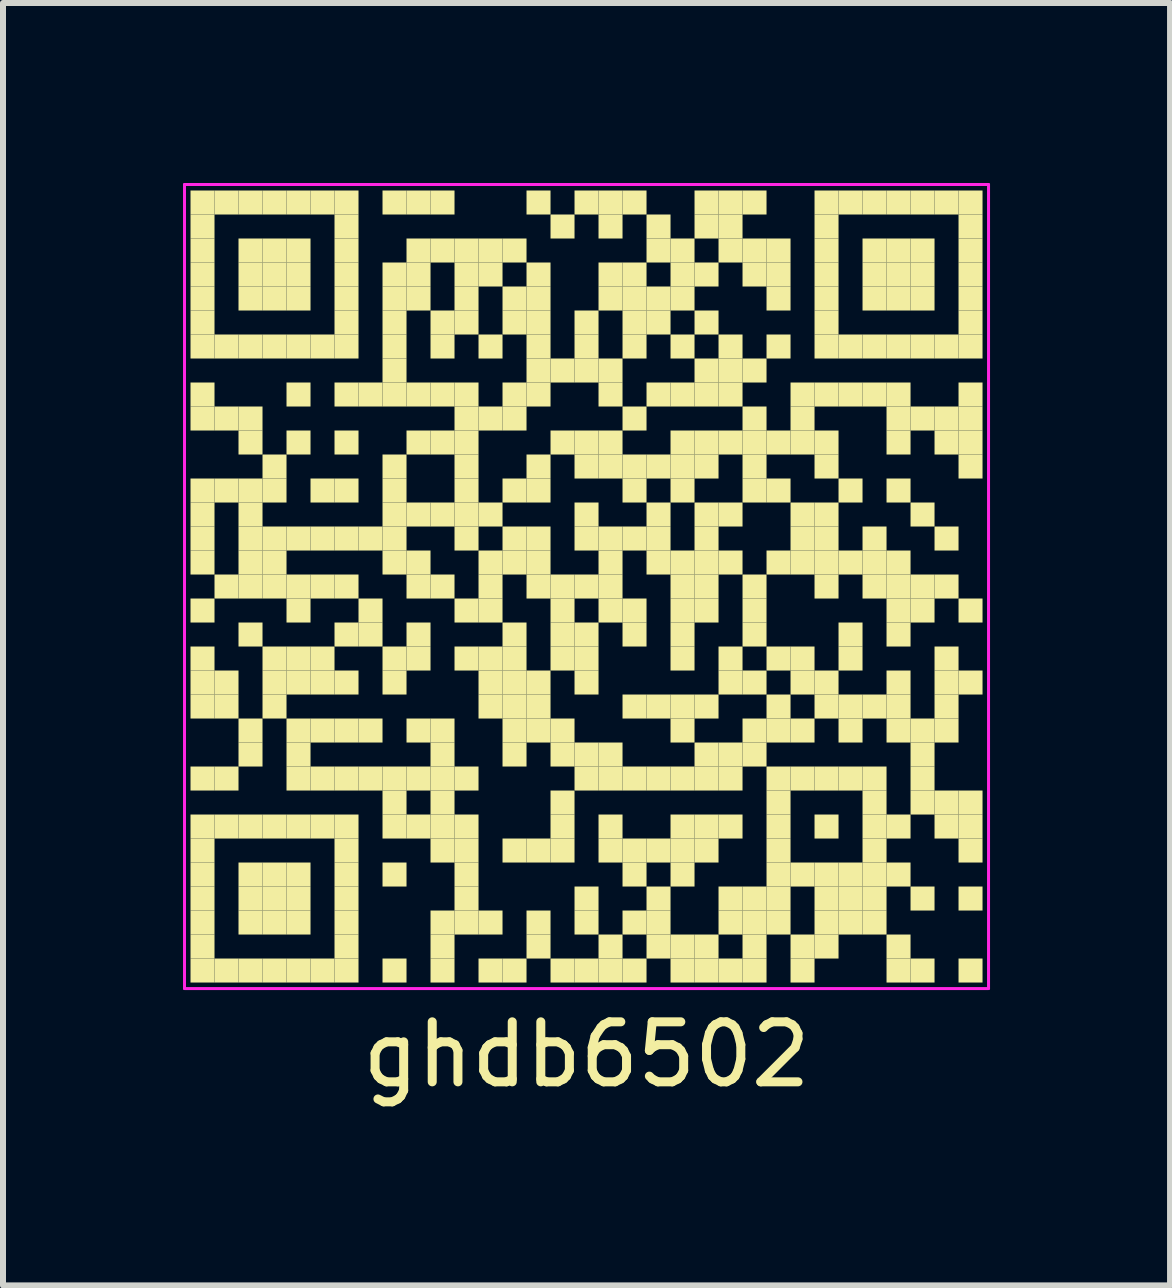
<source format=kicad_pcb>
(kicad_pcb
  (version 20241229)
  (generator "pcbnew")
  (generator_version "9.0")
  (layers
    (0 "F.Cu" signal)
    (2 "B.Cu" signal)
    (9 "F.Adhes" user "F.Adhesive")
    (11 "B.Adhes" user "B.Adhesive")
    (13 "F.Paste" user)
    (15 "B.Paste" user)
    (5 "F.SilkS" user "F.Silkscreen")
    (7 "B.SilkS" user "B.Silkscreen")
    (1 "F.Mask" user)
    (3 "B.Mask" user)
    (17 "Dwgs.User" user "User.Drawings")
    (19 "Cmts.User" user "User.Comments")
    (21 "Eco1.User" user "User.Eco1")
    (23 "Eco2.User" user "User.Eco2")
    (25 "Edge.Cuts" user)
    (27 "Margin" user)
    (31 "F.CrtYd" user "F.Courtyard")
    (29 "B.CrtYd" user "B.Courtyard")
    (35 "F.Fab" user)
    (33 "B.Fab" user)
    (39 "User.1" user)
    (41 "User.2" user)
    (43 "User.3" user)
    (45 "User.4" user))
  (footprint "ghdb6502"
    (layer "F.Cu")
    (at 6.725 6.725)
    (property "Reference" "ghdb6502" (at 0 7.8 0) (layer "F.SilkS") (effects (font (size 1 1) (thickness 0.15))))
    (attr through_hole)
    (fp_poly (pts (xy -6.2 -6.2) (xy -6.2 -6.6) (xy -6.6 -6.6) (xy -6.6 -6.2)) (stroke (width 0) (type solid)) (fill yes) (layer "F.SilkS"))
    (fp_poly (pts (xy -6.2 -5.8) (xy -6.2 -6.2) (xy -6.6 -6.2) (xy -6.6 -5.8)) (stroke (width 0) (type solid)) (fill yes) (layer "F.SilkS"))
    (fp_poly (pts (xy -6.2 -5.4) (xy -6.2 -5.8) (xy -6.6 -5.8) (xy -6.6 -5.4)) (stroke (width 0) (type solid)) (fill yes) (layer "F.SilkS"))
    (fp_poly (pts (xy -6.2 -5) (xy -6.2 -5.4) (xy -6.6 -5.4) (xy -6.6 -5)) (stroke (width 0) (type solid)) (fill yes) (layer "F.SilkS"))
    (fp_poly (pts (xy -6.2 -4.6) (xy -6.2 -5) (xy -6.6 -5) (xy -6.6 -4.6)) (stroke (width 0) (type solid)) (fill yes) (layer "F.SilkS"))
    (fp_poly (pts (xy -6.2 -4.2) (xy -6.2 -4.6) (xy -6.6 -4.6) (xy -6.6 -4.2)) (stroke (width 0) (type solid)) (fill yes) (layer "F.SilkS"))
    (fp_poly (pts (xy -6.2 -3.8) (xy -6.2 -4.2) (xy -6.6 -4.2) (xy -6.6 -3.8)) (stroke (width 0) (type solid)) (fill yes) (layer "F.SilkS"))
    (fp_poly (pts (xy -6.2 -3) (xy -6.2 -3.4) (xy -6.6 -3.4) (xy -6.6 -3)) (stroke (width 0) (type solid)) (fill yes) (layer "F.SilkS"))
    (fp_poly (pts (xy -6.2 -2.6) (xy -6.2 -3) (xy -6.6 -3) (xy -6.6 -2.6)) (stroke (width 0) (type solid)) (fill yes) (layer "F.SilkS"))
    (fp_poly (pts (xy -6.2 -1.4) (xy -6.2 -1.8) (xy -6.6 -1.8) (xy -6.6 -1.4)) (stroke (width 0) (type solid)) (fill yes) (layer "F.SilkS"))
    (fp_poly (pts (xy -6.2 -1) (xy -6.2 -1.4) (xy -6.6 -1.4) (xy -6.6 -1)) (stroke (width 0) (type solid)) (fill yes) (layer "F.SilkS"))
    (fp_poly (pts (xy -6.2 -0.6) (xy -6.2 -1) (xy -6.6 -1) (xy -6.6 -0.6)) (stroke (width 0) (type solid)) (fill yes) (layer "F.SilkS"))
    (fp_poly (pts (xy -6.2 -0.2) (xy -6.2 -0.6) (xy -6.6 -0.6) (xy -6.6 -0.2)) (stroke (width 0) (type solid)) (fill yes) (layer "F.SilkS"))
    (fp_poly (pts (xy -6.2 0.6) (xy -6.2 0.2) (xy -6.6 0.2) (xy -6.6 0.6)) (stroke (width 0) (type solid)) (fill yes) (layer "F.SilkS"))
    (fp_poly (pts (xy -6.2 1.4) (xy -6.2 1) (xy -6.6 1) (xy -6.6 1.4)) (stroke (width 0) (type solid)) (fill yes) (layer "F.SilkS"))
    (fp_poly (pts (xy -6.2 1.8) (xy -6.2 1.4) (xy -6.6 1.4) (xy -6.6 1.8)) (stroke (width 0) (type solid)) (fill yes) (layer "F.SilkS"))
    (fp_poly (pts (xy -6.2 2.2) (xy -6.2 1.8) (xy -6.6 1.8) (xy -6.6 2.2)) (stroke (width 0) (type solid)) (fill yes) (layer "F.SilkS"))
    (fp_poly (pts (xy -6.2 3.4) (xy -6.2 3) (xy -6.6 3) (xy -6.6 3.4)) (stroke (width 0) (type solid)) (fill yes) (layer "F.SilkS"))
    (fp_poly (pts (xy -6.2 4.2) (xy -6.2 3.8) (xy -6.6 3.8) (xy -6.6 4.2)) (stroke (width 0) (type solid)) (fill yes) (layer "F.SilkS"))
    (fp_poly (pts (xy -6.2 4.6) (xy -6.2 4.2) (xy -6.6 4.2) (xy -6.6 4.6)) (stroke (width 0) (type solid)) (fill yes) (layer "F.SilkS"))
    (fp_poly (pts (xy -6.2 5) (xy -6.2 4.6) (xy -6.6 4.6) (xy -6.6 5)) (stroke (width 0) (type solid)) (fill yes) (layer "F.SilkS"))
    (fp_poly (pts (xy -6.2 5.4) (xy -6.2 5) (xy -6.6 5) (xy -6.6 5.4)) (stroke (width 0) (type solid)) (fill yes) (layer "F.SilkS"))
    (fp_poly (pts (xy -6.2 5.8) (xy -6.2 5.4) (xy -6.6 5.4) (xy -6.6 5.8)) (stroke (width 0) (type solid)) (fill yes) (layer "F.SilkS"))
    (fp_poly (pts (xy -6.2 6.2) (xy -6.2 5.8) (xy -6.6 5.8) (xy -6.6 6.2)) (stroke (width 0) (type solid)) (fill yes) (layer "F.SilkS"))
    (fp_poly (pts (xy -6.2 6.6) (xy -6.2 6.2) (xy -6.6 6.2) (xy -6.6 6.6)) (stroke (width 0) (type solid)) (fill yes) (layer "F.SilkS"))
    (fp_poly (pts (xy -5.8 -6.2) (xy -5.8 -6.6) (xy -6.2 -6.6) (xy -6.2 -6.2)) (stroke (width 0) (type solid)) (fill yes) (layer "F.SilkS"))
    (fp_poly (pts (xy -5.8 -3.8) (xy -5.8 -4.2) (xy -6.2 -4.2) (xy -6.2 -3.8)) (stroke (width 0) (type solid)) (fill yes) (layer "F.SilkS"))
    (fp_poly (pts (xy -5.8 -2.6) (xy -5.8 -3) (xy -6.2 -3) (xy -6.2 -2.6)) (stroke (width 0) (type solid)) (fill yes) (layer "F.SilkS"))
    (fp_poly (pts (xy -5.8 -1.4) (xy -5.8 -1.8) (xy -6.2 -1.8) (xy -6.2 -1.4)) (stroke (width 0) (type solid)) (fill yes) (layer "F.SilkS"))
    (fp_poly (pts (xy -5.8 0.2) (xy -5.8 -0.2) (xy -6.2 -0.2) (xy -6.2 0.2)) (stroke (width 0) (type solid)) (fill yes) (layer "F.SilkS"))
    (fp_poly (pts (xy -5.8 1.8) (xy -5.8 1.4) (xy -6.2 1.4) (xy -6.2 1.8)) (stroke (width 0) (type solid)) (fill yes) (layer "F.SilkS"))
    (fp_poly (pts (xy -5.8 2.2) (xy -5.8 1.8) (xy -6.2 1.8) (xy -6.2 2.2)) (stroke (width 0) (type solid)) (fill yes) (layer "F.SilkS"))
    (fp_poly (pts (xy -5.8 3.4) (xy -5.8 3) (xy -6.2 3) (xy -6.2 3.4)) (stroke (width 0) (type solid)) (fill yes) (layer "F.SilkS"))
    (fp_poly (pts (xy -5.8 4.2) (xy -5.8 3.8) (xy -6.2 3.8) (xy -6.2 4.2)) (stroke (width 0) (type solid)) (fill yes) (layer "F.SilkS"))
    (fp_poly (pts (xy -5.8 6.6) (xy -5.8 6.2) (xy -6.2 6.2) (xy -6.2 6.6)) (stroke (width 0) (type solid)) (fill yes) (layer "F.SilkS"))
    (fp_poly (pts (xy -5.4 -6.2) (xy -5.4 -6.6) (xy -5.8 -6.6) (xy -5.8 -6.2)) (stroke (width 0) (type solid)) (fill yes) (layer "F.SilkS"))
    (fp_poly (pts (xy -5.4 -5.4) (xy -5.4 -5.8) (xy -5.8 -5.8) (xy -5.8 -5.4)) (stroke (width 0) (type solid)) (fill yes) (layer "F.SilkS"))
    (fp_poly (pts (xy -5.4 -5) (xy -5.4 -5.4) (xy -5.8 -5.4) (xy -5.8 -5)) (stroke (width 0) (type solid)) (fill yes) (layer "F.SilkS"))
    (fp_poly (pts (xy -5.4 -4.6) (xy -5.4 -5) (xy -5.8 -5) (xy -5.8 -4.6)) (stroke (width 0) (type solid)) (fill yes) (layer "F.SilkS"))
    (fp_poly (pts (xy -5.4 -3.8) (xy -5.4 -4.2) (xy -5.8 -4.2) (xy -5.8 -3.8)) (stroke (width 0) (type solid)) (fill yes) (layer "F.SilkS"))
    (fp_poly (pts (xy -5.4 -2.6) (xy -5.4 -3) (xy -5.8 -3) (xy -5.8 -2.6)) (stroke (width 0) (type solid)) (fill yes) (layer "F.SilkS"))
    (fp_poly (pts (xy -5.4 -2.2) (xy -5.4 -2.6) (xy -5.8 -2.6) (xy -5.8 -2.2)) (stroke (width 0) (type solid)) (fill yes) (layer "F.SilkS"))
    (fp_poly (pts (xy -5.4 -1.4) (xy -5.4 -1.8) (xy -5.8 -1.8) (xy -5.8 -1.4)) (stroke (width 0) (type solid)) (fill yes) (layer "F.SilkS"))
    (fp_poly (pts (xy -5.4 -1) (xy -5.4 -1.4) (xy -5.8 -1.4) (xy -5.8 -1)) (stroke (width 0) (type solid)) (fill yes) (layer "F.SilkS"))
    (fp_poly (pts (xy -5.4 -0.6) (xy -5.4 -1) (xy -5.8 -1) (xy -5.8 -0.6)) (stroke (width 0) (type solid)) (fill yes) (layer "F.SilkS"))
    (fp_poly (pts (xy -5.4 -0.2) (xy -5.4 -0.6) (xy -5.8 -0.6) (xy -5.8 -0.2)) (stroke (width 0) (type solid)) (fill yes) (layer "F.SilkS"))
    (fp_poly (pts (xy -5.4 0.2) (xy -5.4 -0.2) (xy -5.8 -0.2) (xy -5.8 0.2)) (stroke (width 0) (type solid)) (fill yes) (layer "F.SilkS"))
    (fp_poly (pts (xy -5.4 1) (xy -5.4 0.6) (xy -5.8 0.6) (xy -5.8 1)) (stroke (width 0) (type solid)) (fill yes) (layer "F.SilkS"))
    (fp_poly (pts (xy -5.4 2.6) (xy -5.4 2.2) (xy -5.8 2.2) (xy -5.8 2.6)) (stroke (width 0) (type solid)) (fill yes) (layer "F.SilkS"))
    (fp_poly (pts (xy -5.4 3) (xy -5.4 2.6) (xy -5.8 2.6) (xy -5.8 3)) (stroke (width 0) (type solid)) (fill yes) (layer "F.SilkS"))
    (fp_poly (pts (xy -5.4 4.2) (xy -5.4 3.8) (xy -5.8 3.8) (xy -5.8 4.2)) (stroke (width 0) (type solid)) (fill yes) (layer "F.SilkS"))
    (fp_poly (pts (xy -5.4 5) (xy -5.4 4.6) (xy -5.8 4.6) (xy -5.8 5)) (stroke (width 0) (type solid)) (fill yes) (layer "F.SilkS"))
    (fp_poly (pts (xy -5.4 5.4) (xy -5.4 5) (xy -5.8 5) (xy -5.8 5.4)) (stroke (width 0) (type solid)) (fill yes) (layer "F.SilkS"))
    (fp_poly (pts (xy -5.4 5.8) (xy -5.4 5.4) (xy -5.8 5.4) (xy -5.8 5.8)) (stroke (width 0) (type solid)) (fill yes) (layer "F.SilkS"))
    (fp_poly (pts (xy -5.4 6.6) (xy -5.4 6.2) (xy -5.8 6.2) (xy -5.8 6.6)) (stroke (width 0) (type solid)) (fill yes) (layer "F.SilkS"))
    (fp_poly (pts (xy -5 -6.2) (xy -5 -6.6) (xy -5.4 -6.6) (xy -5.4 -6.2)) (stroke (width 0) (type solid)) (fill yes) (layer "F.SilkS"))
    (fp_poly (pts (xy -5 -5.4) (xy -5 -5.8) (xy -5.4 -5.8) (xy -5.4 -5.4)) (stroke (width 0) (type solid)) (fill yes) (layer "F.SilkS"))
    (fp_poly (pts (xy -5 -5) (xy -5 -5.4) (xy -5.4 -5.4) (xy -5.4 -5)) (stroke (width 0) (type solid)) (fill yes) (layer "F.SilkS"))
    (fp_poly (pts (xy -5 -4.6) (xy -5 -5) (xy -5.4 -5) (xy -5.4 -4.6)) (stroke (width 0) (type solid)) (fill yes) (layer "F.SilkS"))
    (fp_poly (pts (xy -5 -3.8) (xy -5 -4.2) (xy -5.4 -4.2) (xy -5.4 -3.8)) (stroke (width 0) (type solid)) (fill yes) (layer "F.SilkS"))
    (fp_poly (pts (xy -5 -1.8) (xy -5 -2.2) (xy -5.4 -2.2) (xy -5.4 -1.8)) (stroke (width 0) (type solid)) (fill yes) (layer "F.SilkS"))
    (fp_poly (pts (xy -5 -1.4) (xy -5 -1.8) (xy -5.4 -1.8) (xy -5.4 -1.4)) (stroke (width 0) (type solid)) (fill yes) (layer "F.SilkS"))
    (fp_poly (pts (xy -5 -0.6) (xy -5 -1) (xy -5.4 -1) (xy -5.4 -0.6)) (stroke (width 0) (type solid)) (fill yes) (layer "F.SilkS"))
    (fp_poly (pts (xy -5 -0.2) (xy -5 -0.6) (xy -5.4 -0.6) (xy -5.4 -0.2)) (stroke (width 0) (type solid)) (fill yes) (layer "F.SilkS"))
    (fp_poly (pts (xy -5 0.2) (xy -5 -0.2) (xy -5.4 -0.2) (xy -5.4 0.2)) (stroke (width 0) (type solid)) (fill yes) (layer "F.SilkS"))
    (fp_poly (pts (xy -5 1.4) (xy -5 1) (xy -5.4 1) (xy -5.4 1.4)) (stroke (width 0) (type solid)) (fill yes) (layer "F.SilkS"))
    (fp_poly (pts (xy -5 1.8) (xy -5 1.4) (xy -5.4 1.4) (xy -5.4 1.8)) (stroke (width 0) (type solid)) (fill yes) (layer "F.SilkS"))
    (fp_poly (pts (xy -5 2.2) (xy -5 1.8) (xy -5.4 1.8) (xy -5.4 2.2)) (stroke (width 0) (type solid)) (fill yes) (layer "F.SilkS"))
    (fp_poly (pts (xy -5 4.2) (xy -5 3.8) (xy -5.4 3.8) (xy -5.4 4.2)) (stroke (width 0) (type solid)) (fill yes) (layer "F.SilkS"))
    (fp_poly (pts (xy -5 5) (xy -5 4.6) (xy -5.4 4.6) (xy -5.4 5)) (stroke (width 0) (type solid)) (fill yes) (layer "F.SilkS"))
    (fp_poly (pts (xy -5 5.4) (xy -5 5) (xy -5.4 5) (xy -5.4 5.4)) (stroke (width 0) (type solid)) (fill yes) (layer "F.SilkS"))
    (fp_poly (pts (xy -5 5.8) (xy -5 5.4) (xy -5.4 5.4) (xy -5.4 5.8)) (stroke (width 0) (type solid)) (fill yes) (layer "F.SilkS"))
    (fp_poly (pts (xy -5 6.6) (xy -5 6.2) (xy -5.4 6.2) (xy -5.4 6.6)) (stroke (width 0) (type solid)) (fill yes) (layer "F.SilkS"))
    (fp_poly (pts (xy -4.6 -6.2) (xy -4.6 -6.6) (xy -5 -6.6) (xy -5 -6.2)) (stroke (width 0) (type solid)) (fill yes) (layer "F.SilkS"))
    (fp_poly (pts (xy -4.6 -5.4) (xy -4.6 -5.8) (xy -5 -5.8) (xy -5 -5.4)) (stroke (width 0) (type solid)) (fill yes) (layer "F.SilkS"))
    (fp_poly (pts (xy -4.6 -5) (xy -4.6 -5.4) (xy -5 -5.4) (xy -5 -5)) (stroke (width 0) (type solid)) (fill yes) (layer "F.SilkS"))
    (fp_poly (pts (xy -4.6 -4.6) (xy -4.6 -5) (xy -5 -5) (xy -5 -4.6)) (stroke (width 0) (type solid)) (fill yes) (layer "F.SilkS"))
    (fp_poly (pts (xy -4.6 -3.8) (xy -4.6 -4.2) (xy -5 -4.2) (xy -5 -3.8)) (stroke (width 0) (type solid)) (fill yes) (layer "F.SilkS"))
    (fp_poly (pts (xy -4.6 -3) (xy -4.6 -3.4) (xy -5 -3.4) (xy -5 -3)) (stroke (width 0) (type solid)) (fill yes) (layer "F.SilkS"))
    (fp_poly (pts (xy -4.6 -2.2) (xy -4.6 -2.6) (xy -5 -2.6) (xy -5 -2.2)) (stroke (width 0) (type solid)) (fill yes) (layer "F.SilkS"))
    (fp_poly (pts (xy -4.6 -0.6) (xy -4.6 -1) (xy -5 -1) (xy -5 -0.6)) (stroke (width 0) (type solid)) (fill yes) (layer "F.SilkS"))
    (fp_poly (pts (xy -4.6 0.2) (xy -4.6 -0.2) (xy -5 -0.2) (xy -5 0.2)) (stroke (width 0) (type solid)) (fill yes) (layer "F.SilkS"))
    (fp_poly (pts (xy -4.6 0.6) (xy -4.6 0.2) (xy -5 0.2) (xy -5 0.6)) (stroke (width 0) (type solid)) (fill yes) (layer "F.SilkS"))
    (fp_poly (pts (xy -4.6 1.4) (xy -4.6 1) (xy -5 1) (xy -5 1.4)) (stroke (width 0) (type solid)) (fill yes) (layer "F.SilkS"))
    (fp_poly (pts (xy -4.6 1.8) (xy -4.6 1.4) (xy -5 1.4) (xy -5 1.8)) (stroke (width 0) (type solid)) (fill yes) (layer "F.SilkS"))
    (fp_poly (pts (xy -4.6 2.6) (xy -4.6 2.2) (xy -5 2.2) (xy -5 2.6)) (stroke (width 0) (type solid)) (fill yes) (layer "F.SilkS"))
    (fp_poly (pts (xy -4.6 3) (xy -4.6 2.6) (xy -5 2.6) (xy -5 3)) (stroke (width 0) (type solid)) (fill yes) (layer "F.SilkS"))
    (fp_poly (pts (xy -4.6 3.4) (xy -4.6 3) (xy -5 3) (xy -5 3.4)) (stroke (width 0) (type solid)) (fill yes) (layer "F.SilkS"))
    (fp_poly (pts (xy -4.6 4.2) (xy -4.6 3.8) (xy -5 3.8) (xy -5 4.2)) (stroke (width 0) (type solid)) (fill yes) (layer "F.SilkS"))
    (fp_poly (pts (xy -4.6 5) (xy -4.6 4.6) (xy -5 4.6) (xy -5 5)) (stroke (width 0) (type solid)) (fill yes) (layer "F.SilkS"))
    (fp_poly (pts (xy -4.6 5.4) (xy -4.6 5) (xy -5 5) (xy -5 5.4)) (stroke (width 0) (type solid)) (fill yes) (layer "F.SilkS"))
    (fp_poly (pts (xy -4.6 5.8) (xy -4.6 5.4) (xy -5 5.4) (xy -5 5.8)) (stroke (width 0) (type solid)) (fill yes) (layer "F.SilkS"))
    (fp_poly (pts (xy -4.6 6.6) (xy -4.6 6.2) (xy -5 6.2) (xy -5 6.6)) (stroke (width 0) (type solid)) (fill yes) (layer "F.SilkS"))
    (fp_poly (pts (xy -4.2 -6.2) (xy -4.2 -6.6) (xy -4.6 -6.6) (xy -4.6 -6.2)) (stroke (width 0) (type solid)) (fill yes) (layer "F.SilkS"))
    (fp_poly (pts (xy -4.2 -3.8) (xy -4.2 -4.2) (xy -4.6 -4.2) (xy -4.6 -3.8)) (stroke (width 0) (type solid)) (fill yes) (layer "F.SilkS"))
    (fp_poly (pts (xy -4.2 -1.4) (xy -4.2 -1.8) (xy -4.6 -1.8) (xy -4.6 -1.4)) (stroke (width 0) (type solid)) (fill yes) (layer "F.SilkS"))
    (fp_poly (pts (xy -4.2 -0.6) (xy -4.2 -1) (xy -4.6 -1) (xy -4.6 -0.6)) (stroke (width 0) (type solid)) (fill yes) (layer "F.SilkS"))
    (fp_poly (pts (xy -4.2 0.2) (xy -4.2 -0.2) (xy -4.6 -0.2) (xy -4.6 0.2)) (stroke (width 0) (type solid)) (fill yes) (layer "F.SilkS"))
    (fp_poly (pts (xy -4.2 1.4) (xy -4.2 1) (xy -4.6 1) (xy -4.6 1.4)) (stroke (width 0) (type solid)) (fill yes) (layer "F.SilkS"))
    (fp_poly (pts (xy -4.2 1.8) (xy -4.2 1.4) (xy -4.6 1.4) (xy -4.6 1.8)) (stroke (width 0) (type solid)) (fill yes) (layer "F.SilkS"))
    (fp_poly (pts (xy -4.2 2.6) (xy -4.2 2.2) (xy -4.6 2.2) (xy -4.6 2.6)) (stroke (width 0) (type solid)) (fill yes) (layer "F.SilkS"))
    (fp_poly (pts (xy -4.2 3.4) (xy -4.2 3) (xy -4.6 3) (xy -4.6 3.4)) (stroke (width 0) (type solid)) (fill yes) (layer "F.SilkS"))
    (fp_poly (pts (xy -4.2 4.2) (xy -4.2 3.8) (xy -4.6 3.8) (xy -4.6 4.2)) (stroke (width 0) (type solid)) (fill yes) (layer "F.SilkS"))
    (fp_poly (pts (xy -4.2 6.6) (xy -4.2 6.2) (xy -4.6 6.2) (xy -4.6 6.6)) (stroke (width 0) (type solid)) (fill yes) (layer "F.SilkS"))
    (fp_poly (pts (xy -3.8 -6.2) (xy -3.8 -6.6) (xy -4.2 -6.6) (xy -4.2 -6.2)) (stroke (width 0) (type solid)) (fill yes) (layer "F.SilkS"))
    (fp_poly (pts (xy -3.8 -5.8) (xy -3.8 -6.2) (xy -4.2 -6.2) (xy -4.2 -5.8)) (stroke (width 0) (type solid)) (fill yes) (layer "F.SilkS"))
    (fp_poly (pts (xy -3.8 -5.4) (xy -3.8 -5.8) (xy -4.2 -5.8) (xy -4.2 -5.4)) (stroke (width 0) (type solid)) (fill yes) (layer "F.SilkS"))
    (fp_poly (pts (xy -3.8 -5) (xy -3.8 -5.4) (xy -4.2 -5.4) (xy -4.2 -5)) (stroke (width 0) (type solid)) (fill yes) (layer "F.SilkS"))
    (fp_poly (pts (xy -3.8 -4.6) (xy -3.8 -5) (xy -4.2 -5) (xy -4.2 -4.6)) (stroke (width 0) (type solid)) (fill yes) (layer "F.SilkS"))
    (fp_poly (pts (xy -3.8 -4.2) (xy -3.8 -4.6) (xy -4.2 -4.6) (xy -4.2 -4.2)) (stroke (width 0) (type solid)) (fill yes) (layer "F.SilkS"))
    (fp_poly (pts (xy -3.8 -3.8) (xy -3.8 -4.2) (xy -4.2 -4.2) (xy -4.2 -3.8)) (stroke (width 0) (type solid)) (fill yes) (layer "F.SilkS"))
    (fp_poly (pts (xy -3.8 -3) (xy -3.8 -3.4) (xy -4.2 -3.4) (xy -4.2 -3)) (stroke (width 0) (type solid)) (fill yes) (layer "F.SilkS"))
    (fp_poly (pts (xy -3.8 -2.2) (xy -3.8 -2.6) (xy -4.2 -2.6) (xy -4.2 -2.2)) (stroke (width 0) (type solid)) (fill yes) (layer "F.SilkS"))
    (fp_poly (pts (xy -3.8 -1.4) (xy -3.8 -1.8) (xy -4.2 -1.8) (xy -4.2 -1.4)) (stroke (width 0) (type solid)) (fill yes) (layer "F.SilkS"))
    (fp_poly (pts (xy -3.8 -0.6) (xy -3.8 -1) (xy -4.2 -1) (xy -4.2 -0.6)) (stroke (width 0) (type solid)) (fill yes) (layer "F.SilkS"))
    (fp_poly (pts (xy -3.8 0.2) (xy -3.8 -0.2) (xy -4.2 -0.2) (xy -4.2 0.2)) (stroke (width 0) (type solid)) (fill yes) (layer "F.SilkS"))
    (fp_poly (pts (xy -3.8 1) (xy -3.8 0.6) (xy -4.2 0.6) (xy -4.2 1)) (stroke (width 0) (type solid)) (fill yes) (layer "F.SilkS"))
    (fp_poly (pts (xy -3.8 1.8) (xy -3.8 1.4) (xy -4.2 1.4) (xy -4.2 1.8)) (stroke (width 0) (type solid)) (fill yes) (layer "F.SilkS"))
    (fp_poly (pts (xy -3.8 2.6) (xy -3.8 2.2) (xy -4.2 2.2) (xy -4.2 2.6)) (stroke (width 0) (type solid)) (fill yes) (layer "F.SilkS"))
    (fp_poly (pts (xy -3.8 3.4) (xy -3.8 3) (xy -4.2 3) (xy -4.2 3.4)) (stroke (width 0) (type solid)) (fill yes) (layer "F.SilkS"))
    (fp_poly (pts (xy -3.8 4.2) (xy -3.8 3.8) (xy -4.2 3.8) (xy -4.2 4.2)) (stroke (width 0) (type solid)) (fill yes) (layer "F.SilkS"))
    (fp_poly (pts (xy -3.8 4.6) (xy -3.8 4.2) (xy -4.2 4.2) (xy -4.2 4.6)) (stroke (width 0) (type solid)) (fill yes) (layer "F.SilkS"))
    (fp_poly (pts (xy -3.8 5) (xy -3.8 4.6) (xy -4.2 4.6) (xy -4.2 5)) (stroke (width 0) (type solid)) (fill yes) (layer "F.SilkS"))
    (fp_poly (pts (xy -3.8 5.4) (xy -3.8 5) (xy -4.2 5) (xy -4.2 5.4)) (stroke (width 0) (type solid)) (fill yes) (layer "F.SilkS"))
    (fp_poly (pts (xy -3.8 5.8) (xy -3.8 5.4) (xy -4.2 5.4) (xy -4.2 5.8)) (stroke (width 0) (type solid)) (fill yes) (layer "F.SilkS"))
    (fp_poly (pts (xy -3.8 6.2) (xy -3.8 5.8) (xy -4.2 5.8) (xy -4.2 6.2)) (stroke (width 0) (type solid)) (fill yes) (layer "F.SilkS"))
    (fp_poly (pts (xy -3.8 6.6) (xy -3.8 6.2) (xy -4.2 6.2) (xy -4.2 6.6)) (stroke (width 0) (type solid)) (fill yes) (layer "F.SilkS"))
    (fp_poly (pts (xy -3.4 -3) (xy -3.4 -3.4) (xy -3.8 -3.4) (xy -3.8 -3)) (stroke (width 0) (type solid)) (fill yes) (layer "F.SilkS"))
    (fp_poly (pts (xy -3.4 -0.6) (xy -3.4 -1) (xy -3.8 -1) (xy -3.8 -0.6)) (stroke (width 0) (type solid)) (fill yes) (layer "F.SilkS"))
    (fp_poly (pts (xy -3.4 0.6) (xy -3.4 0.2) (xy -3.8 0.2) (xy -3.8 0.6)) (stroke (width 0) (type solid)) (fill yes) (layer "F.SilkS"))
    (fp_poly (pts (xy -3.4 1) (xy -3.4 0.6) (xy -3.8 0.6) (xy -3.8 1)) (stroke (width 0) (type solid)) (fill yes) (layer "F.SilkS"))
    (fp_poly (pts (xy -3.4 2.6) (xy -3.4 2.2) (xy -3.8 2.2) (xy -3.8 2.6)) (stroke (width 0) (type solid)) (fill yes) (layer "F.SilkS"))
    (fp_poly (pts (xy -3.4 3.4) (xy -3.4 3) (xy -3.8 3) (xy -3.8 3.4)) (stroke (width 0) (type solid)) (fill yes) (layer "F.SilkS"))
    (fp_poly (pts (xy -3 -6.2) (xy -3 -6.6) (xy -3.4 -6.6) (xy -3.4 -6.2)) (stroke (width 0) (type solid)) (fill yes) (layer "F.SilkS"))
    (fp_poly (pts (xy -3 -5) (xy -3 -5.4) (xy -3.4 -5.4) (xy -3.4 -5)) (stroke (width 0) (type solid)) (fill yes) (layer "F.SilkS"))
    (fp_poly (pts (xy -3 -4.6) (xy -3 -5) (xy -3.4 -5) (xy -3.4 -4.6)) (stroke (width 0) (type solid)) (fill yes) (layer "F.SilkS"))
    (fp_poly (pts (xy -3 -4.2) (xy -3 -4.6) (xy -3.4 -4.6) (xy -3.4 -4.2)) (stroke (width 0) (type solid)) (fill yes) (layer "F.SilkS"))
    (fp_poly (pts (xy -3 -3.8) (xy -3 -4.2) (xy -3.4 -4.2) (xy -3.4 -3.8)) (stroke (width 0) (type solid)) (fill yes) (layer "F.SilkS"))
    (fp_poly (pts (xy -3 -3.4) (xy -3 -3.8) (xy -3.4 -3.8) (xy -3.4 -3.4)) (stroke (width 0) (type solid)) (fill yes) (layer "F.SilkS"))
    (fp_poly (pts (xy -3 -3) (xy -3 -3.4) (xy -3.4 -3.4) (xy -3.4 -3)) (stroke (width 0) (type solid)) (fill yes) (layer "F.SilkS"))
    (fp_poly (pts (xy -3 -1.8) (xy -3 -2.2) (xy -3.4 -2.2) (xy -3.4 -1.8)) (stroke (width 0) (type solid)) (fill yes) (layer "F.SilkS"))
    (fp_poly (pts (xy -3 -1.4) (xy -3 -1.8) (xy -3.4 -1.8) (xy -3.4 -1.4)) (stroke (width 0) (type solid)) (fill yes) (layer "F.SilkS"))
    (fp_poly (pts (xy -3 -1) (xy -3 -1.4) (xy -3.4 -1.4) (xy -3.4 -1)) (stroke (width 0) (type solid)) (fill yes) (layer "F.SilkS"))
    (fp_poly (pts (xy -3 -0.6) (xy -3 -1) (xy -3.4 -1) (xy -3.4 -0.6)) (stroke (width 0) (type solid)) (fill yes) (layer "F.SilkS"))
    (fp_poly (pts (xy -3 -0.2) (xy -3 -0.6) (xy -3.4 -0.6) (xy -3.4 -0.2)) (stroke (width 0) (type solid)) (fill yes) (layer "F.SilkS"))
    (fp_poly (pts (xy -3 1.4) (xy -3 1) (xy -3.4 1) (xy -3.4 1.4)) (stroke (width 0) (type solid)) (fill yes) (layer "F.SilkS"))
    (fp_poly (pts (xy -3 1.8) (xy -3 1.4) (xy -3.4 1.4) (xy -3.4 1.8)) (stroke (width 0) (type solid)) (fill yes) (layer "F.SilkS"))
    (fp_poly (pts (xy -3 3.4) (xy -3 3) (xy -3.4 3) (xy -3.4 3.4)) (stroke (width 0) (type solid)) (fill yes) (layer "F.SilkS"))
    (fp_poly (pts (xy -3 3.8) (xy -3 3.4) (xy -3.4 3.4) (xy -3.4 3.8)) (stroke (width 0) (type solid)) (fill yes) (layer "F.SilkS"))
    (fp_poly (pts (xy -3 4.2) (xy -3 3.8) (xy -3.4 3.8) (xy -3.4 4.2)) (stroke (width 0) (type solid)) (fill yes) (layer "F.SilkS"))
    (fp_poly (pts (xy -3 5) (xy -3 4.6) (xy -3.4 4.6) (xy -3.4 5)) (stroke (width 0) (type solid)) (fill yes) (layer "F.SilkS"))
    (fp_poly (pts (xy -3 6.6) (xy -3 6.2) (xy -3.4 6.2) (xy -3.4 6.6)) (stroke (width 0) (type solid)) (fill yes) (layer "F.SilkS"))
    (fp_poly (pts (xy -2.6 -6.2) (xy -2.6 -6.6) (xy -3 -6.6) (xy -3 -6.2)) (stroke (width 0) (type solid)) (fill yes) (layer "F.SilkS"))
    (fp_poly (pts (xy -2.6 -5.4) (xy -2.6 -5.8) (xy -3 -5.8) (xy -3 -5.4)) (stroke (width 0) (type solid)) (fill yes) (layer "F.SilkS"))
    (fp_poly (pts (xy -2.6 -5) (xy -2.6 -5.4) (xy -3 -5.4) (xy -3 -5)) (stroke (width 0) (type solid)) (fill yes) (layer "F.SilkS"))
    (fp_poly (pts (xy -2.6 -4.6) (xy -2.6 -5) (xy -3 -5) (xy -3 -4.6)) (stroke (width 0) (type solid)) (fill yes) (layer "F.SilkS"))
    (fp_poly (pts (xy -2.6 -3) (xy -2.6 -3.4) (xy -3 -3.4) (xy -3 -3)) (stroke (width 0) (type solid)) (fill yes) (layer "F.SilkS"))
    (fp_poly (pts (xy -2.6 -2.2) (xy -2.6 -2.6) (xy -3 -2.6) (xy -3 -2.2)) (stroke (width 0) (type solid)) (fill yes) (layer "F.SilkS"))
    (fp_poly (pts (xy -2.6 -1) (xy -2.6 -1.4) (xy -3 -1.4) (xy -3 -1)) (stroke (width 0) (type solid)) (fill yes) (layer "F.SilkS"))
    (fp_poly (pts (xy -2.6 -0.2) (xy -2.6 -0.6) (xy -3 -0.6) (xy -3 -0.2)) (stroke (width 0) (type solid)) (fill yes) (layer "F.SilkS"))
    (fp_poly (pts (xy -2.6 0.2) (xy -2.6 -0.2) (xy -3 -0.2) (xy -3 0.2)) (stroke (width 0) (type solid)) (fill yes) (layer "F.SilkS"))
    (fp_poly (pts (xy -2.6 1) (xy -2.6 0.6) (xy -3 0.6) (xy -3 1)) (stroke (width 0) (type solid)) (fill yes) (layer "F.SilkS"))
    (fp_poly (pts (xy -2.6 1.4) (xy -2.6 1) (xy -3 1) (xy -3 1.4)) (stroke (width 0) (type solid)) (fill yes) (layer "F.SilkS"))
    (fp_poly (pts (xy -2.6 2.6) (xy -2.6 2.2) (xy -3 2.2) (xy -3 2.6)) (stroke (width 0) (type solid)) (fill yes) (layer "F.SilkS"))
    (fp_poly (pts (xy -2.6 3.4) (xy -2.6 3) (xy -3 3) (xy -3 3.4)) (stroke (width 0) (type solid)) (fill yes) (layer "F.SilkS"))
    (fp_poly (pts (xy -2.6 4.2) (xy -2.6 3.8) (xy -3 3.8) (xy -3 4.2)) (stroke (width 0) (type solid)) (fill yes) (layer "F.SilkS"))
    (fp_poly (pts (xy -2.2 -6.2) (xy -2.2 -6.6) (xy -2.6 -6.6) (xy -2.6 -6.2)) (stroke (width 0) (type solid)) (fill yes) (layer "F.SilkS"))
    (fp_poly (pts (xy -2.2 -5.4) (xy -2.2 -5.8) (xy -2.6 -5.8) (xy -2.6 -5.4)) (stroke (width 0) (type solid)) (fill yes) (layer "F.SilkS"))
    (fp_poly (pts (xy -2.2 -4.2) (xy -2.2 -4.6) (xy -2.6 -4.6) (xy -2.6 -4.2)) (stroke (width 0) (type solid)) (fill yes) (layer "F.SilkS"))
    (fp_poly (pts (xy -2.2 -3.8) (xy -2.2 -4.2) (xy -2.6 -4.2) (xy -2.6 -3.8)) (stroke (width 0) (type solid)) (fill yes) (layer "F.SilkS"))
    (fp_poly (pts (xy -2.2 -3) (xy -2.2 -3.4) (xy -2.6 -3.4) (xy -2.6 -3)) (stroke (width 0) (type solid)) (fill yes) (layer "F.SilkS"))
    (fp_poly (pts (xy -2.2 -2.2) (xy -2.2 -2.6) (xy -2.6 -2.6) (xy -2.6 -2.2)) (stroke (width 0) (type solid)) (fill yes) (layer "F.SilkS"))
    (fp_poly (pts (xy -2.2 -1) (xy -2.2 -1.4) (xy -2.6 -1.4) (xy -2.6 -1)) (stroke (width 0) (type solid)) (fill yes) (layer "F.SilkS"))
    (fp_poly (pts (xy -2.2 0.2) (xy -2.2 -0.2) (xy -2.6 -0.2) (xy -2.6 0.2)) (stroke (width 0) (type solid)) (fill yes) (layer "F.SilkS"))
    (fp_poly (pts (xy -2.2 2.6) (xy -2.2 2.2) (xy -2.6 2.2) (xy -2.6 2.6)) (stroke (width 0) (type solid)) (fill yes) (layer "F.SilkS"))
    (fp_poly (pts (xy -2.2 3) (xy -2.2 2.6) (xy -2.6 2.6) (xy -2.6 3)) (stroke (width 0) (type solid)) (fill yes) (layer "F.SilkS"))
    (fp_poly (pts (xy -2.2 3.4) (xy -2.2 3) (xy -2.6 3) (xy -2.6 3.4)) (stroke (width 0) (type solid)) (fill yes) (layer "F.SilkS"))
    (fp_poly (pts (xy -2.2 3.8) (xy -2.2 3.4) (xy -2.6 3.4) (xy -2.6 3.8)) (stroke (width 0) (type solid)) (fill yes) (layer "F.SilkS"))
    (fp_poly (pts (xy -2.2 4.2) (xy -2.2 3.8) (xy -2.6 3.8) (xy -2.6 4.2)) (stroke (width 0) (type solid)) (fill yes) (layer "F.SilkS"))
    (fp_poly (pts (xy -2.2 4.6) (xy -2.2 4.2) (xy -2.6 4.2) (xy -2.6 4.6)) (stroke (width 0) (type solid)) (fill yes) (layer "F.SilkS"))
    (fp_poly (pts (xy -2.2 5.8) (xy -2.2 5.4) (xy -2.6 5.4) (xy -2.6 5.8)) (stroke (width 0) (type solid)) (fill yes) (layer "F.SilkS"))
    (fp_poly (pts (xy -2.2 6.2) (xy -2.2 5.8) (xy -2.6 5.8) (xy -2.6 6.2)) (stroke (width 0) (type solid)) (fill yes) (layer "F.SilkS"))
    (fp_poly (pts (xy -2.2 6.6) (xy -2.2 6.2) (xy -2.6 6.2) (xy -2.6 6.6)) (stroke (width 0) (type solid)) (fill yes) (layer "F.SilkS"))
    (fp_poly (pts (xy -1.8 -5.4) (xy -1.8 -5.8) (xy -2.2 -5.8) (xy -2.2 -5.4)) (stroke (width 0) (type solid)) (fill yes) (layer "F.SilkS"))
    (fp_poly (pts (xy -1.8 -5) (xy -1.8 -5.4) (xy -2.2 -5.4) (xy -2.2 -5)) (stroke (width 0) (type solid)) (fill yes) (layer "F.SilkS"))
    (fp_poly (pts (xy -1.8 -4.6) (xy -1.8 -5) (xy -2.2 -5) (xy -2.2 -4.6)) (stroke (width 0) (type solid)) (fill yes) (layer "F.SilkS"))
    (fp_poly (pts (xy -1.8 -4.2) (xy -1.8 -4.6) (xy -2.2 -4.6) (xy -2.2 -4.2)) (stroke (width 0) (type solid)) (fill yes) (layer "F.SilkS"))
    (fp_poly (pts (xy -1.8 -3) (xy -1.8 -3.4) (xy -2.2 -3.4) (xy -2.2 -3)) (stroke (width 0) (type solid)) (fill yes) (layer "F.SilkS"))
    (fp_poly (pts (xy -1.8 -2.6) (xy -1.8 -3) (xy -2.2 -3) (xy -2.2 -2.6)) (stroke (width 0) (type solid)) (fill yes) (layer "F.SilkS"))
    (fp_poly (pts (xy -1.8 -2.2) (xy -1.8 -2.6) (xy -2.2 -2.6) (xy -2.2 -2.2)) (stroke (width 0) (type solid)) (fill yes) (layer "F.SilkS"))
    (fp_poly (pts (xy -1.8 -1.8) (xy -1.8 -2.2) (xy -2.2 -2.2) (xy -2.2 -1.8)) (stroke (width 0) (type solid)) (fill yes) (layer "F.SilkS"))
    (fp_poly (pts (xy -1.8 -1.4) (xy -1.8 -1.8) (xy -2.2 -1.8) (xy -2.2 -1.4)) (stroke (width 0) (type solid)) (fill yes) (layer "F.SilkS"))
    (fp_poly (pts (xy -1.8 -1) (xy -1.8 -1.4) (xy -2.2 -1.4) (xy -2.2 -1)) (stroke (width 0) (type solid)) (fill yes) (layer "F.SilkS"))
    (fp_poly (pts (xy -1.8 -0.6) (xy -1.8 -1) (xy -2.2 -1) (xy -2.2 -0.6)) (stroke (width 0) (type solid)) (fill yes) (layer "F.SilkS"))
    (fp_poly (pts (xy -1.8 0.6) (xy -1.8 0.2) (xy -2.2 0.2) (xy -2.2 0.6)) (stroke (width 0) (type solid)) (fill yes) (layer "F.SilkS"))
    (fp_poly (pts (xy -1.8 1.4) (xy -1.8 1) (xy -2.2 1) (xy -2.2 1.4)) (stroke (width 0) (type solid)) (fill yes) (layer "F.SilkS"))
    (fp_poly (pts (xy -1.8 3.4) (xy -1.8 3) (xy -2.2 3) (xy -2.2 3.4)) (stroke (width 0) (type solid)) (fill yes) (layer "F.SilkS"))
    (fp_poly (pts (xy -1.8 4.2) (xy -1.8 3.8) (xy -2.2 3.8) (xy -2.2 4.2)) (stroke (width 0) (type solid)) (fill yes) (layer "F.SilkS"))
    (fp_poly (pts (xy -1.8 4.6) (xy -1.8 4.2) (xy -2.2 4.2) (xy -2.2 4.6)) (stroke (width 0) (type solid)) (fill yes) (layer "F.SilkS"))
    (fp_poly (pts (xy -1.8 5) (xy -1.8 4.6) (xy -2.2 4.6) (xy -2.2 5)) (stroke (width 0) (type solid)) (fill yes) (layer "F.SilkS"))
    (fp_poly (pts (xy -1.8 5.4) (xy -1.8 5) (xy -2.2 5) (xy -2.2 5.4)) (stroke (width 0) (type solid)) (fill yes) (layer "F.SilkS"))
    (fp_poly (pts (xy -1.8 5.8) (xy -1.8 5.4) (xy -2.2 5.4) (xy -2.2 5.8)) (stroke (width 0) (type solid)) (fill yes) (layer "F.SilkS"))
    (fp_poly (pts (xy -1.4 -5.4) (xy -1.4 -5.8) (xy -1.8 -5.8) (xy -1.8 -5.4)) (stroke (width 0) (type solid)) (fill yes) (layer "F.SilkS"))
    (fp_poly (pts (xy -1.4 -5) (xy -1.4 -5.4) (xy -1.8 -5.4) (xy -1.8 -5)) (stroke (width 0) (type solid)) (fill yes) (layer "F.SilkS"))
    (fp_poly (pts (xy -1.4 -3.8) (xy -1.4 -4.2) (xy -1.8 -4.2) (xy -1.8 -3.8)) (stroke (width 0) (type solid)) (fill yes) (layer "F.SilkS"))
    (fp_poly (pts (xy -1.4 -2.6) (xy -1.4 -3) (xy -1.8 -3) (xy -1.8 -2.6)) (stroke (width 0) (type solid)) (fill yes) (layer "F.SilkS"))
    (fp_poly (pts (xy -1.4 -1) (xy -1.4 -1.4) (xy -1.8 -1.4) (xy -1.8 -1)) (stroke (width 0) (type solid)) (fill yes) (layer "F.SilkS"))
    (fp_poly (pts (xy -1.4 -0.2) (xy -1.4 -0.6) (xy -1.8 -0.6) (xy -1.8 -0.2)) (stroke (width 0) (type solid)) (fill yes) (layer "F.SilkS"))
    (fp_poly (pts (xy -1.4 0.2) (xy -1.4 -0.2) (xy -1.8 -0.2) (xy -1.8 0.2)) (stroke (width 0) (type solid)) (fill yes) (layer "F.SilkS"))
    (fp_poly (pts (xy -1.4 0.6) (xy -1.4 0.2) (xy -1.8 0.2) (xy -1.8 0.6)) (stroke (width 0) (type solid)) (fill yes) (layer "F.SilkS"))
    (fp_poly (pts (xy -1.4 1.4) (xy -1.4 1) (xy -1.8 1) (xy -1.8 1.4)) (stroke (width 0) (type solid)) (fill yes) (layer "F.SilkS"))
    (fp_poly (pts (xy -1.4 1.8) (xy -1.4 1.4) (xy -1.8 1.4) (xy -1.8 1.8)) (stroke (width 0) (type solid)) (fill yes) (layer "F.SilkS"))
    (fp_poly (pts (xy -1.4 2.2) (xy -1.4 1.8) (xy -1.8 1.8) (xy -1.8 2.2)) (stroke (width 0) (type solid)) (fill yes) (layer "F.SilkS"))
    (fp_poly (pts (xy -1.4 5.8) (xy -1.4 5.4) (xy -1.8 5.4) (xy -1.8 5.8)) (stroke (width 0) (type solid)) (fill yes) (layer "F.SilkS"))
    (fp_poly (pts (xy -1.4 6.6) (xy -1.4 6.2) (xy -1.8 6.2) (xy -1.8 6.6)) (stroke (width 0) (type solid)) (fill yes) (layer "F.SilkS"))
    (fp_poly (pts (xy -1 -5.4) (xy -1 -5.8) (xy -1.4 -5.8) (xy -1.4 -5.4)) (stroke (width 0) (type solid)) (fill yes) (layer "F.SilkS"))
    (fp_poly (pts (xy -1 -4.6) (xy -1 -5) (xy -1.4 -5) (xy -1.4 -4.6)) (stroke (width 0) (type solid)) (fill yes) (layer "F.SilkS"))
    (fp_poly (pts (xy -1 -4.2) (xy -1 -4.6) (xy -1.4 -4.6) (xy -1.4 -4.2)) (stroke (width 0) (type solid)) (fill yes) (layer "F.SilkS"))
    (fp_poly (pts (xy -1 -3) (xy -1 -3.4) (xy -1.4 -3.4) (xy -1.4 -3)) (stroke (width 0) (type solid)) (fill yes) (layer "F.SilkS"))
    (fp_poly (pts (xy -1 -2.6) (xy -1 -3) (xy -1.4 -3) (xy -1.4 -2.6)) (stroke (width 0) (type solid)) (fill yes) (layer "F.SilkS"))
    (fp_poly (pts (xy -1 -1.4) (xy -1 -1.8) (xy -1.4 -1.8) (xy -1.4 -1.4)) (stroke (width 0) (type solid)) (fill yes) (layer "F.SilkS"))
    (fp_poly (pts (xy -1 -0.6) (xy -1 -1) (xy -1.4 -1) (xy -1.4 -0.6)) (stroke (width 0) (type solid)) (fill yes) (layer "F.SilkS"))
    (fp_poly (pts (xy -1 -0.2) (xy -1 -0.6) (xy -1.4 -0.6) (xy -1.4 -0.2)) (stroke (width 0) (type solid)) (fill yes) (layer "F.SilkS"))
    (fp_poly (pts (xy -1 1) (xy -1 0.6) (xy -1.4 0.6) (xy -1.4 1)) (stroke (width 0) (type solid)) (fill yes) (layer "F.SilkS"))
    (fp_poly (pts (xy -1 1.4) (xy -1 1) (xy -1.4 1) (xy -1.4 1.4)) (stroke (width 0) (type solid)) (fill yes) (layer "F.SilkS"))
    (fp_poly (pts (xy -1 1.8) (xy -1 1.4) (xy -1.4 1.4) (xy -1.4 1.8)) (stroke (width 0) (type solid)) (fill yes) (layer "F.SilkS"))
    (fp_poly (pts (xy -1 2.2) (xy -1 1.8) (xy -1.4 1.8) (xy -1.4 2.2)) (stroke (width 0) (type solid)) (fill yes) (layer "F.SilkS"))
    (fp_poly (pts (xy -1 2.6) (xy -1 2.2) (xy -1.4 2.2) (xy -1.4 2.6)) (stroke (width 0) (type solid)) (fill yes) (layer "F.SilkS"))
    (fp_poly (pts (xy -1 3) (xy -1 2.6) (xy -1.4 2.6) (xy -1.4 3)) (stroke (width 0) (type solid)) (fill yes) (layer "F.SilkS"))
    (fp_poly (pts (xy -1 4.6) (xy -1 4.2) (xy -1.4 4.2) (xy -1.4 4.6)) (stroke (width 0) (type solid)) (fill yes) (layer "F.SilkS"))
    (fp_poly (pts (xy -1 6.6) (xy -1 6.2) (xy -1.4 6.2) (xy -1.4 6.6)) (stroke (width 0) (type solid)) (fill yes) (layer "F.SilkS"))
    (fp_poly (pts (xy -0.6 -6.2) (xy -0.6 -6.6) (xy -1 -6.6) (xy -1 -6.2)) (stroke (width 0) (type solid)) (fill yes) (layer "F.SilkS"))
    (fp_poly (pts (xy -0.6 -5) (xy -0.6 -5.4) (xy -1 -5.4) (xy -1 -5)) (stroke (width 0) (type solid)) (fill yes) (layer "F.SilkS"))
    (fp_poly (pts (xy -0.6 -4.6) (xy -0.6 -5) (xy -1 -5) (xy -1 -4.6)) (stroke (width 0) (type solid)) (fill yes) (layer "F.SilkS"))
    (fp_poly (pts (xy -0.6 -4.2) (xy -0.6 -4.6) (xy -1 -4.6) (xy -1 -4.2)) (stroke (width 0) (type solid)) (fill yes) (layer "F.SilkS"))
    (fp_poly (pts (xy -0.6 -3.8) (xy -0.6 -4.2) (xy -1 -4.2) (xy -1 -3.8)) (stroke (width 0) (type solid)) (fill yes) (layer "F.SilkS"))
    (fp_poly (pts (xy -0.6 -3.4) (xy -0.6 -3.8) (xy -1 -3.8) (xy -1 -3.4)) (stroke (width 0) (type solid)) (fill yes) (layer "F.SilkS"))
    (fp_poly (pts (xy -0.6 -3) (xy -0.6 -3.4) (xy -1 -3.4) (xy -1 -3)) (stroke (width 0) (type solid)) (fill yes) (layer "F.SilkS"))
    (fp_poly (pts (xy -0.6 -1.8) (xy -0.6 -2.2) (xy -1 -2.2) (xy -1 -1.8)) (stroke (width 0) (type solid)) (fill yes) (layer "F.SilkS"))
    (fp_poly (pts (xy -0.6 -1.4) (xy -0.6 -1.8) (xy -1 -1.8) (xy -1 -1.4)) (stroke (width 0) (type solid)) (fill yes) (layer "F.SilkS"))
    (fp_poly (pts (xy -0.6 -0.6) (xy -0.6 -1) (xy -1 -1) (xy -1 -0.6)) (stroke (width 0) (type solid)) (fill yes) (layer "F.SilkS"))
    (fp_poly (pts (xy -0.6 -0.2) (xy -0.6 -0.6) (xy -1 -0.6) (xy -1 -0.2)) (stroke (width 0) (type solid)) (fill yes) (layer "F.SilkS"))
    (fp_poly (pts (xy -0.6 0.2) (xy -0.6 -0.2) (xy -1 -0.2) (xy -1 0.2)) (stroke (width 0) (type solid)) (fill yes) (layer "F.SilkS"))
    (fp_poly (pts (xy -0.6 1.8) (xy -0.6 1.4) (xy -1 1.4) (xy -1 1.8)) (stroke (width 0) (type solid)) (fill yes) (layer "F.SilkS"))
    (fp_poly (pts (xy -0.6 2.2) (xy -0.6 1.8) (xy -1 1.8) (xy -1 2.2)) (stroke (width 0) (type solid)) (fill yes) (layer "F.SilkS"))
    (fp_poly (pts (xy -0.6 2.6) (xy -0.6 2.2) (xy -1 2.2) (xy -1 2.6)) (stroke (width 0) (type solid)) (fill yes) (layer "F.SilkS"))
    (fp_poly (pts (xy -0.6 4.6) (xy -0.6 4.2) (xy -1 4.2) (xy -1 4.6)) (stroke (width 0) (type solid)) (fill yes) (layer "F.SilkS"))
    (fp_poly (pts (xy -0.6 5.8) (xy -0.6 5.4) (xy -1 5.4) (xy -1 5.8)) (stroke (width 0) (type solid)) (fill yes) (layer "F.SilkS"))
    (fp_poly (pts (xy -0.6 6.2) (xy -0.6 5.8) (xy -1 5.8) (xy -1 6.2)) (stroke (width 0) (type solid)) (fill yes) (layer "F.SilkS"))
    (fp_poly (pts (xy -0.2 -5.8) (xy -0.2 -6.2) (xy -0.6 -6.2) (xy -0.6 -5.8)) (stroke (width 0) (type solid)) (fill yes) (layer "F.SilkS"))
    (fp_poly (pts (xy -0.2 -3.4) (xy -0.2 -3.8) (xy -0.6 -3.8) (xy -0.6 -3.4)) (stroke (width 0) (type solid)) (fill yes) (layer "F.SilkS"))
    (fp_poly (pts (xy -0.2 -2.2) (xy -0.2 -2.6) (xy -0.6 -2.6) (xy -0.6 -2.2)) (stroke (width 0) (type solid)) (fill yes) (layer "F.SilkS"))
    (fp_poly (pts (xy -0.2 0.2) (xy -0.2 -0.2) (xy -0.6 -0.2) (xy -0.6 0.2)) (stroke (width 0) (type solid)) (fill yes) (layer "F.SilkS"))
    (fp_poly (pts (xy -0.2 0.6) (xy -0.2 0.2) (xy -0.6 0.2) (xy -0.6 0.6)) (stroke (width 0) (type solid)) (fill yes) (layer "F.SilkS"))
    (fp_poly (pts (xy -0.2 1) (xy -0.2 0.6) (xy -0.6 0.6) (xy -0.6 1)) (stroke (width 0) (type solid)) (fill yes) (layer "F.SilkS"))
    (fp_poly (pts (xy -0.2 1.4) (xy -0.2 1) (xy -0.6 1) (xy -0.6 1.4)) (stroke (width 0) (type solid)) (fill yes) (layer "F.SilkS"))
    (fp_poly (pts (xy -0.2 2.6) (xy -0.2 2.2) (xy -0.6 2.2) (xy -0.6 2.6)) (stroke (width 0) (type solid)) (fill yes) (layer "F.SilkS"))
    (fp_poly (pts (xy -0.2 3) (xy -0.2 2.6) (xy -0.6 2.6) (xy -0.6 3)) (stroke (width 0) (type solid)) (fill yes) (layer "F.SilkS"))
    (fp_poly (pts (xy -0.2 3.8) (xy -0.2 3.4) (xy -0.6 3.4) (xy -0.6 3.8)) (stroke (width 0) (type solid)) (fill yes) (layer "F.SilkS"))
    (fp_poly (pts (xy -0.2 4.2) (xy -0.2 3.8) (xy -0.6 3.8) (xy -0.6 4.2)) (stroke (width 0) (type solid)) (fill yes) (layer "F.SilkS"))
    (fp_poly (pts (xy -0.2 4.6) (xy -0.2 4.2) (xy -0.6 4.2) (xy -0.6 4.6)) (stroke (width 0) (type solid)) (fill yes) (layer "F.SilkS"))
    (fp_poly (pts (xy -0.2 6.6) (xy -0.2 6.2) (xy -0.6 6.2) (xy -0.6 6.6)) (stroke (width 0) (type solid)) (fill yes) (layer "F.SilkS"))
    (fp_poly (pts (xy 0.2 -6.2) (xy 0.2 -6.6) (xy -0.2 -6.6) (xy -0.2 -6.2)) (stroke (width 0) (type solid)) (fill yes) (layer "F.SilkS"))
    (fp_poly (pts (xy 0.2 -4.2) (xy 0.2 -4.6) (xy -0.2 -4.6) (xy -0.2 -4.2)) (stroke (width 0) (type solid)) (fill yes) (layer "F.SilkS"))
    (fp_poly (pts (xy 0.2 -3.8) (xy 0.2 -4.2) (xy -0.2 -4.2) (xy -0.2 -3.8)) (stroke (width 0) (type solid)) (fill yes) (layer "F.SilkS"))
    (fp_poly (pts (xy 0.2 -3.4) (xy 0.2 -3.8) (xy -0.2 -3.8) (xy -0.2 -3.4)) (stroke (width 0) (type solid)) (fill yes) (layer "F.SilkS"))
    (fp_poly (pts (xy 0.2 -2.2) (xy 0.2 -2.6) (xy -0.2 -2.6) (xy -0.2 -2.2)) (stroke (width 0) (type solid)) (fill yes) (layer "F.SilkS"))
    (fp_poly (pts (xy 0.2 -1.8) (xy 0.2 -2.2) (xy -0.2 -2.2) (xy -0.2 -1.8)) (stroke (width 0) (type solid)) (fill yes) (layer "F.SilkS"))
    (fp_poly (pts (xy 0.2 -1) (xy 0.2 -1.4) (xy -0.2 -1.4) (xy -0.2 -1)) (stroke (width 0) (type solid)) (fill yes) (layer "F.SilkS"))
    (fp_poly (pts (xy 0.2 -0.6) (xy 0.2 -1) (xy -0.2 -1) (xy -0.2 -0.6)) (stroke (width 0) (type solid)) (fill yes) (layer "F.SilkS"))
    (fp_poly (pts (xy 0.2 0.2) (xy 0.2 -0.2) (xy -0.2 -0.2) (xy -0.2 0.2)) (stroke (width 0) (type solid)) (fill yes) (layer "F.SilkS"))
    (fp_poly (pts (xy 0.2 1) (xy 0.2 0.6) (xy -0.2 0.6) (xy -0.2 1)) (stroke (width 0) (type solid)) (fill yes) (layer "F.SilkS"))
    (fp_poly (pts (xy 0.2 1.4) (xy 0.2 1) (xy -0.2 1) (xy -0.2 1.4)) (stroke (width 0) (type solid)) (fill yes) (layer "F.SilkS"))
    (fp_poly (pts (xy 0.2 1.8) (xy 0.2 1.4) (xy -0.2 1.4) (xy -0.2 1.8)) (stroke (width 0) (type solid)) (fill yes) (layer "F.SilkS"))
    (fp_poly (pts (xy 0.2 3) (xy 0.2 2.6) (xy -0.2 2.6) (xy -0.2 3)) (stroke (width 0) (type solid)) (fill yes) (layer "F.SilkS"))
    (fp_poly (pts (xy 0.2 3.4) (xy 0.2 3) (xy -0.2 3) (xy -0.2 3.4)) (stroke (width 0) (type solid)) (fill yes) (layer "F.SilkS"))
    (fp_poly (pts (xy 0.2 5.4) (xy 0.2 5) (xy -0.2 5) (xy -0.2 5.4)) (stroke (width 0) (type solid)) (fill yes) (layer "F.SilkS"))
    (fp_poly (pts (xy 0.2 5.8) (xy 0.2 5.4) (xy -0.2 5.4) (xy -0.2 5.8)) (stroke (width 0) (type solid)) (fill yes) (layer "F.SilkS"))
    (fp_poly (pts (xy 0.2 6.6) (xy 0.2 6.2) (xy -0.2 6.2) (xy -0.2 6.6)) (stroke (width 0) (type solid)) (fill yes) (layer "F.SilkS"))
    (fp_poly (pts (xy 0.6 -6.2) (xy 0.6 -6.6) (xy 0.2 -6.6) (xy 0.2 -6.2)) (stroke (width 0) (type solid)) (fill yes) (layer "F.SilkS"))
    (fp_poly (pts (xy 0.6 -5.8) (xy 0.6 -6.2) (xy 0.2 -6.2) (xy 0.2 -5.8)) (stroke (width 0) (type solid)) (fill yes) (layer "F.SilkS"))
    (fp_poly (pts (xy 0.6 -5) (xy 0.6 -5.4) (xy 0.2 -5.4) (xy 0.2 -5)) (stroke (width 0) (type solid)) (fill yes) (layer "F.SilkS"))
    (fp_poly (pts (xy 0.6 -4.6) (xy 0.6 -5) (xy 0.2 -5) (xy 0.2 -4.6)) (stroke (width 0) (type solid)) (fill yes) (layer "F.SilkS"))
    (fp_poly (pts (xy 0.6 -3.4) (xy 0.6 -3.8) (xy 0.2 -3.8) (xy 0.2 -3.4)) (stroke (width 0) (type solid)) (fill yes) (layer "F.SilkS"))
    (fp_poly (pts (xy 0.6 -3) (xy 0.6 -3.4) (xy 0.2 -3.4) (xy 0.2 -3)) (stroke (width 0) (type solid)) (fill yes) (layer "F.SilkS"))
    (fp_poly (pts (xy 0.6 -2.2) (xy 0.6 -2.6) (xy 0.2 -2.6) (xy 0.2 -2.2)) (stroke (width 0) (type solid)) (fill yes) (layer "F.SilkS"))
    (fp_poly (pts (xy 0.6 -1.8) (xy 0.6 -2.2) (xy 0.2 -2.2) (xy 0.2 -1.8)) (stroke (width 0) (type solid)) (fill yes) (layer "F.SilkS"))
    (fp_poly (pts (xy 0.6 -0.6) (xy 0.6 -1) (xy 0.2 -1) (xy 0.2 -0.6)) (stroke (width 0) (type solid)) (fill yes) (layer "F.SilkS"))
    (fp_poly (pts (xy 0.6 -0.2) (xy 0.6 -0.6) (xy 0.2 -0.6) (xy 0.2 -0.2)) (stroke (width 0) (type solid)) (fill yes) (layer "F.SilkS"))
    (fp_poly (pts (xy 0.6 0.2) (xy 0.6 -0.2) (xy 0.2 -0.2) (xy 0.2 0.2)) (stroke (width 0) (type solid)) (fill yes) (layer "F.SilkS"))
    (fp_poly (pts (xy 0.6 0.6) (xy 0.6 0.2) (xy 0.2 0.2) (xy 0.2 0.6)) (stroke (width 0) (type solid)) (fill yes) (layer "F.SilkS"))
    (fp_poly (pts (xy 0.6 3) (xy 0.6 2.6) (xy 0.2 2.6) (xy 0.2 3)) (stroke (width 0) (type solid)) (fill yes) (layer "F.SilkS"))
    (fp_poly (pts (xy 0.6 3.4) (xy 0.6 3) (xy 0.2 3) (xy 0.2 3.4)) (stroke (width 0) (type solid)) (fill yes) (layer "F.SilkS"))
    (fp_poly (pts (xy 0.6 4.2) (xy 0.6 3.8) (xy 0.2 3.8) (xy 0.2 4.2)) (stroke (width 0) (type solid)) (fill yes) (layer "F.SilkS"))
    (fp_poly (pts (xy 0.6 4.6) (xy 0.6 4.2) (xy 0.2 4.2) (xy 0.2 4.6)) (stroke (width 0) (type solid)) (fill yes) (layer "F.SilkS"))
    (fp_poly (pts (xy 0.6 6.2) (xy 0.6 5.8) (xy 0.2 5.8) (xy 0.2 6.2)) (stroke (width 0) (type solid)) (fill yes) (layer "F.SilkS"))
    (fp_poly (pts (xy 0.6 6.6) (xy 0.6 6.2) (xy 0.2 6.2) (xy 0.2 6.6)) (stroke (width 0) (type solid)) (fill yes) (layer "F.SilkS"))
    (fp_poly (pts (xy 1 -6.2) (xy 1 -6.6) (xy 0.6 -6.6) (xy 0.6 -6.2)) (stroke (width 0) (type solid)) (fill yes) (layer "F.SilkS"))
    (fp_poly (pts (xy 1 -5) (xy 1 -5.4) (xy 0.6 -5.4) (xy 0.6 -5)) (stroke (width 0) (type solid)) (fill yes) (layer "F.SilkS"))
    (fp_poly (pts (xy 1 -4.6) (xy 1 -5) (xy 0.6 -5) (xy 0.6 -4.6)) (stroke (width 0) (type solid)) (fill yes) (layer "F.SilkS"))
    (fp_poly (pts (xy 1 -4.2) (xy 1 -4.6) (xy 0.6 -4.6) (xy 0.6 -4.2)) (stroke (width 0) (type solid)) (fill yes) (layer "F.SilkS"))
    (fp_poly (pts (xy 1 -3.8) (xy 1 -4.2) (xy 0.6 -4.2) (xy 0.6 -3.8)) (stroke (width 0) (type solid)) (fill yes) (layer "F.SilkS"))
    (fp_poly (pts (xy 1 -2.6) (xy 1 -3) (xy 0.6 -3) (xy 0.6 -2.6)) (stroke (width 0) (type solid)) (fill yes) (layer "F.SilkS"))
    (fp_poly (pts (xy 1 -1.8) (xy 1 -2.2) (xy 0.6 -2.2) (xy 0.6 -1.8)) (stroke (width 0) (type solid)) (fill yes) (layer "F.SilkS"))
    (fp_poly (pts (xy 1 -1.4) (xy 1 -1.8) (xy 0.6 -1.8) (xy 0.6 -1.4)) (stroke (width 0) (type solid)) (fill yes) (layer "F.SilkS"))
    (fp_poly (pts (xy 1 -0.6) (xy 1 -1) (xy 0.6 -1) (xy 0.6 -0.6)) (stroke (width 0) (type solid)) (fill yes) (layer "F.SilkS"))
    (fp_poly (pts (xy 1 0.6) (xy 1 0.2) (xy 0.6 0.2) (xy 0.6 0.6)) (stroke (width 0) (type solid)) (fill yes) (layer "F.SilkS"))
    (fp_poly (pts (xy 1 1) (xy 1 0.6) (xy 0.6 0.6) (xy 0.6 1)) (stroke (width 0) (type solid)) (fill yes) (layer "F.SilkS"))
    (fp_poly (pts (xy 1 2.2) (xy 1 1.8) (xy 0.6 1.8) (xy 0.6 2.2)) (stroke (width 0) (type solid)) (fill yes) (layer "F.SilkS"))
    (fp_poly (pts (xy 1 3.4) (xy 1 3) (xy 0.6 3) (xy 0.6 3.4)) (stroke (width 0) (type solid)) (fill yes) (layer "F.SilkS"))
    (fp_poly (pts (xy 1 4.6) (xy 1 4.2) (xy 0.6 4.2) (xy 0.6 4.6)) (stroke (width 0) (type solid)) (fill yes) (layer "F.SilkS"))
    (fp_poly (pts (xy 1 5) (xy 1 4.6) (xy 0.6 4.6) (xy 0.6 5)) (stroke (width 0) (type solid)) (fill yes) (layer "F.SilkS"))
    (fp_poly (pts (xy 1 5.8) (xy 1 5.4) (xy 0.6 5.4) (xy 0.6 5.8)) (stroke (width 0) (type solid)) (fill yes) (layer "F.SilkS"))
    (fp_poly (pts (xy 1 6.6) (xy 1 6.2) (xy 0.6 6.2) (xy 0.6 6.6)) (stroke (width 0) (type solid)) (fill yes) (layer "F.SilkS"))
    (fp_poly (pts (xy 1.4 -5.8) (xy 1.4 -6.2) (xy 1 -6.2) (xy 1 -5.8)) (stroke (width 0) (type solid)) (fill yes) (layer "F.SilkS"))
    (fp_poly (pts (xy 1.4 -5.4) (xy 1.4 -5.8) (xy 1 -5.8) (xy 1 -5.4)) (stroke (width 0) (type solid)) (fill yes) (layer "F.SilkS"))
    (fp_poly (pts (xy 1.4 -4.6) (xy 1.4 -5) (xy 1 -5) (xy 1 -4.6)) (stroke (width 0) (type solid)) (fill yes) (layer "F.SilkS"))
    (fp_poly (pts (xy 1.4 -4.2) (xy 1.4 -4.6) (xy 1 -4.6) (xy 1 -4.2)) (stroke (width 0) (type solid)) (fill yes) (layer "F.SilkS"))
    (fp_poly (pts (xy 1.4 -3) (xy 1.4 -3.4) (xy 1 -3.4) (xy 1 -3)) (stroke (width 0) (type solid)) (fill yes) (layer "F.SilkS"))
    (fp_poly (pts (xy 1.4 -1.8) (xy 1.4 -2.2) (xy 1 -2.2) (xy 1 -1.8)) (stroke (width 0) (type solid)) (fill yes) (layer "F.SilkS"))
    (fp_poly (pts (xy 1.4 -1) (xy 1.4 -1.4) (xy 1 -1.4) (xy 1 -1)) (stroke (width 0) (type solid)) (fill yes) (layer "F.SilkS"))
    (fp_poly (pts (xy 1.4 -0.6) (xy 1.4 -1) (xy 1 -1) (xy 1 -0.6)) (stroke (width 0) (type solid)) (fill yes) (layer "F.SilkS"))
    (fp_poly (pts (xy 1.4 -0.2) (xy 1.4 -0.6) (xy 1 -0.6) (xy 1 -0.2)) (stroke (width 0) (type solid)) (fill yes) (layer "F.SilkS"))
    (fp_poly (pts (xy 1.4 2.2) (xy 1.4 1.8) (xy 1 1.8) (xy 1 2.2)) (stroke (width 0) (type solid)) (fill yes) (layer "F.SilkS"))
    (fp_poly (pts (xy 1.4 3.4) (xy 1.4 3) (xy 1 3) (xy 1 3.4)) (stroke (width 0) (type solid)) (fill yes) (layer "F.SilkS"))
    (fp_poly (pts (xy 1.4 4.6) (xy 1.4 4.2) (xy 1 4.2) (xy 1 4.6)) (stroke (width 0) (type solid)) (fill yes) (layer "F.SilkS"))
    (fp_poly (pts (xy 1.4 5.4) (xy 1.4 5) (xy 1 5) (xy 1 5.4)) (stroke (width 0) (type solid)) (fill yes) (layer "F.SilkS"))
    (fp_poly (pts (xy 1.4 5.8) (xy 1.4 5.4) (xy 1 5.4) (xy 1 5.8)) (stroke (width 0) (type solid)) (fill yes) (layer "F.SilkS"))
    (fp_poly (pts (xy 1.4 6.2) (xy 1.4 5.8) (xy 1 5.8) (xy 1 6.2)) (stroke (width 0) (type solid)) (fill yes) (layer "F.SilkS"))
    (fp_poly (pts (xy 1.8 -5.4) (xy 1.8 -5.8) (xy 1.4 -5.8) (xy 1.4 -5.4)) (stroke (width 0) (type solid)) (fill yes) (layer "F.SilkS"))
    (fp_poly (pts (xy 1.8 -5) (xy 1.8 -5.4) (xy 1.4 -5.4) (xy 1.4 -5)) (stroke (width 0) (type solid)) (fill yes) (layer "F.SilkS"))
    (fp_poly (pts (xy 1.8 -4.6) (xy 1.8 -5) (xy 1.4 -5) (xy 1.4 -4.6)) (stroke (width 0) (type solid)) (fill yes) (layer "F.SilkS"))
    (fp_poly (pts (xy 1.8 -3.8) (xy 1.8 -4.2) (xy 1.4 -4.2) (xy 1.4 -3.8)) (stroke (width 0) (type solid)) (fill yes) (layer "F.SilkS"))
    (fp_poly (pts (xy 1.8 -3) (xy 1.8 -3.4) (xy 1.4 -3.4) (xy 1.4 -3)) (stroke (width 0) (type solid)) (fill yes) (layer "F.SilkS"))
    (fp_poly (pts (xy 1.8 -2.2) (xy 1.8 -2.6) (xy 1.4 -2.6) (xy 1.4 -2.2)) (stroke (width 0) (type solid)) (fill yes) (layer "F.SilkS"))
    (fp_poly (pts (xy 1.8 -1.8) (xy 1.8 -2.2) (xy 1.4 -2.2) (xy 1.4 -1.8)) (stroke (width 0) (type solid)) (fill yes) (layer "F.SilkS"))
    (fp_poly (pts (xy 1.8 -1.4) (xy 1.8 -1.8) (xy 1.4 -1.8) (xy 1.4 -1.4)) (stroke (width 0) (type solid)) (fill yes) (layer "F.SilkS"))
    (fp_poly (pts (xy 1.8 -0.2) (xy 1.8 -0.6) (xy 1.4 -0.6) (xy 1.4 -0.2)) (stroke (width 0) (type solid)) (fill yes) (layer "F.SilkS"))
    (fp_poly (pts (xy 1.8 0.2) (xy 1.8 -0.2) (xy 1.4 -0.2) (xy 1.4 0.2)) (stroke (width 0) (type solid)) (fill yes) (layer "F.SilkS"))
    (fp_poly (pts (xy 1.8 0.6) (xy 1.8 0.2) (xy 1.4 0.2) (xy 1.4 0.6)) (stroke (width 0) (type solid)) (fill yes) (layer "F.SilkS"))
    (fp_poly (pts (xy 1.8 1) (xy 1.8 0.6) (xy 1.4 0.6) (xy 1.4 1)) (stroke (width 0) (type solid)) (fill yes) (layer "F.SilkS"))
    (fp_poly (pts (xy 1.8 1.4) (xy 1.8 1) (xy 1.4 1) (xy 1.4 1.4)) (stroke (width 0) (type solid)) (fill yes) (layer "F.SilkS"))
    (fp_poly (pts (xy 1.8 2.2) (xy 1.8 1.8) (xy 1.4 1.8) (xy 1.4 2.2)) (stroke (width 0) (type solid)) (fill yes) (layer "F.SilkS"))
    (fp_poly (pts (xy 1.8 2.6) (xy 1.8 2.2) (xy 1.4 2.2) (xy 1.4 2.6)) (stroke (width 0) (type solid)) (fill yes) (layer "F.SilkS"))
    (fp_poly (pts (xy 1.8 3.4) (xy 1.8 3) (xy 1.4 3) (xy 1.4 3.4)) (stroke (width 0) (type solid)) (fill yes) (layer "F.SilkS"))
    (fp_poly (pts (xy 1.8 4.2) (xy 1.8 3.8) (xy 1.4 3.8) (xy 1.4 4.2)) (stroke (width 0) (type solid)) (fill yes) (layer "F.SilkS"))
    (fp_poly (pts (xy 1.8 4.6) (xy 1.8 4.2) (xy 1.4 4.2) (xy 1.4 4.6)) (stroke (width 0) (type solid)) (fill yes) (layer "F.SilkS"))
    (fp_poly (pts (xy 1.8 5) (xy 1.8 4.6) (xy 1.4 4.6) (xy 1.4 5)) (stroke (width 0) (type solid)) (fill yes) (layer "F.SilkS"))
    (fp_poly (pts (xy 1.8 6.2) (xy 1.8 5.8) (xy 1.4 5.8) (xy 1.4 6.2)) (stroke (width 0) (type solid)) (fill yes) (layer "F.SilkS"))
    (fp_poly (pts (xy 1.8 6.6) (xy 1.8 6.2) (xy 1.4 6.2) (xy 1.4 6.6)) (stroke (width 0) (type solid)) (fill yes) (layer "F.SilkS"))
    (fp_poly (pts (xy 2.2 -6.2) (xy 2.2 -6.6) (xy 1.8 -6.6) (xy 1.8 -6.2)) (stroke (width 0) (type solid)) (fill yes) (layer "F.SilkS"))
    (fp_poly (pts (xy 2.2 -5.8) (xy 2.2 -6.2) (xy 1.8 -6.2) (xy 1.8 -5.8)) (stroke (width 0) (type solid)) (fill yes) (layer "F.SilkS"))
    (fp_poly (pts (xy 2.2 -5) (xy 2.2 -5.4) (xy 1.8 -5.4) (xy 1.8 -5)) (stroke (width 0) (type solid)) (fill yes) (layer "F.SilkS"))
    (fp_poly (pts (xy 2.2 -4.2) (xy 2.2 -4.6) (xy 1.8 -4.6) (xy 1.8 -4.2)) (stroke (width 0) (type solid)) (fill yes) (layer "F.SilkS"))
    (fp_poly (pts (xy 2.2 -3.4) (xy 2.2 -3.8) (xy 1.8 -3.8) (xy 1.8 -3.4)) (stroke (width 0) (type solid)) (fill yes) (layer "F.SilkS"))
    (fp_poly (pts (xy 2.2 -3) (xy 2.2 -3.4) (xy 1.8 -3.4) (xy 1.8 -3)) (stroke (width 0) (type solid)) (fill yes) (layer "F.SilkS"))
    (fp_poly (pts (xy 2.2 -2.2) (xy 2.2 -2.6) (xy 1.8 -2.6) (xy 1.8 -2.2)) (stroke (width 0) (type solid)) (fill yes) (layer "F.SilkS"))
    (fp_poly (pts (xy 2.2 -1.8) (xy 2.2 -2.2) (xy 1.8 -2.2) (xy 1.8 -1.8)) (stroke (width 0) (type solid)) (fill yes) (layer "F.SilkS"))
    (fp_poly (pts (xy 2.2 -1) (xy 2.2 -1.4) (xy 1.8 -1.4) (xy 1.8 -1)) (stroke (width 0) (type solid)) (fill yes) (layer "F.SilkS"))
    (fp_poly (pts (xy 2.2 -0.6) (xy 2.2 -1) (xy 1.8 -1) (xy 1.8 -0.6)) (stroke (width 0) (type solid)) (fill yes) (layer "F.SilkS"))
    (fp_poly (pts (xy 2.2 -0.2) (xy 2.2 -0.6) (xy 1.8 -0.6) (xy 1.8 -0.2)) (stroke (width 0) (type solid)) (fill yes) (layer "F.SilkS"))
    (fp_poly (pts (xy 2.2 0.2) (xy 2.2 -0.2) (xy 1.8 -0.2) (xy 1.8 0.2)) (stroke (width 0) (type solid)) (fill yes) (layer "F.SilkS"))
    (fp_poly (pts (xy 2.2 0.6) (xy 2.2 0.2) (xy 1.8 0.2) (xy 1.8 0.6)) (stroke (width 0) (type solid)) (fill yes) (layer "F.SilkS"))
    (fp_poly (pts (xy 2.2 2.2) (xy 2.2 1.8) (xy 1.8 1.8) (xy 1.8 2.2)) (stroke (width 0) (type solid)) (fill yes) (layer "F.SilkS"))
    (fp_poly (pts (xy 2.2 3) (xy 2.2 2.6) (xy 1.8 2.6) (xy 1.8 3)) (stroke (width 0) (type solid)) (fill yes) (layer "F.SilkS"))
    (fp_poly (pts (xy 2.2 3.4) (xy 2.2 3) (xy 1.8 3) (xy 1.8 3.4)) (stroke (width 0) (type solid)) (fill yes) (layer "F.SilkS"))
    (fp_poly (pts (xy 2.2 4.2) (xy 2.2 3.8) (xy 1.8 3.8) (xy 1.8 4.2)) (stroke (width 0) (type solid)) (fill yes) (layer "F.SilkS"))
    (fp_poly (pts (xy 2.2 4.6) (xy 2.2 4.2) (xy 1.8 4.2) (xy 1.8 4.6)) (stroke (width 0) (type solid)) (fill yes) (layer "F.SilkS"))
    (fp_poly (pts (xy 2.2 6.2) (xy 2.2 5.8) (xy 1.8 5.8) (xy 1.8 6.2)) (stroke (width 0) (type solid)) (fill yes) (layer "F.SilkS"))
    (fp_poly (pts (xy 2.2 6.6) (xy 2.2 6.2) (xy 1.8 6.2) (xy 1.8 6.6)) (stroke (width 0) (type solid)) (fill yes) (layer "F.SilkS"))
    (fp_poly (pts (xy 2.6 -6.2) (xy 2.6 -6.6) (xy 2.2 -6.6) (xy 2.2 -6.2)) (stroke (width 0) (type solid)) (fill yes) (layer "F.SilkS"))
    (fp_poly (pts (xy 2.6 -5.8) (xy 2.6 -6.2) (xy 2.2 -6.2) (xy 2.2 -5.8)) (stroke (width 0) (type solid)) (fill yes) (layer "F.SilkS"))
    (fp_poly (pts (xy 2.6 -5.4) (xy 2.6 -5.8) (xy 2.2 -5.8) (xy 2.2 -5.4)) (stroke (width 0) (type solid)) (fill yes) (layer "F.SilkS"))
    (fp_poly (pts (xy 2.6 -3.8) (xy 2.6 -4.2) (xy 2.2 -4.2) (xy 2.2 -3.8)) (stroke (width 0) (type solid)) (fill yes) (layer "F.SilkS"))
    (fp_poly (pts (xy 2.6 -3.4) (xy 2.6 -3.8) (xy 2.2 -3.8) (xy 2.2 -3.4)) (stroke (width 0) (type solid)) (fill yes) (layer "F.SilkS"))
    (fp_poly (pts (xy 2.6 -3) (xy 2.6 -3.4) (xy 2.2 -3.4) (xy 2.2 -3)) (stroke (width 0) (type solid)) (fill yes) (layer "F.SilkS"))
    (fp_poly (pts (xy 2.6 -2.2) (xy 2.6 -2.6) (xy 2.2 -2.6) (xy 2.2 -2.2)) (stroke (width 0) (type solid)) (fill yes) (layer "F.SilkS"))
    (fp_poly (pts (xy 2.6 -1) (xy 2.6 -1.4) (xy 2.2 -1.4) (xy 2.2 -1)) (stroke (width 0) (type solid)) (fill yes) (layer "F.SilkS"))
    (fp_poly (pts (xy 2.6 -0.2) (xy 2.6 -0.6) (xy 2.2 -0.6) (xy 2.2 -0.2)) (stroke (width 0) (type solid)) (fill yes) (layer "F.SilkS"))
    (fp_poly (pts (xy 2.6 1.4) (xy 2.6 1) (xy 2.2 1) (xy 2.2 1.4)) (stroke (width 0) (type solid)) (fill yes) (layer "F.SilkS"))
    (fp_poly (pts (xy 2.6 1.8) (xy 2.6 1.4) (xy 2.2 1.4) (xy 2.2 1.8)) (stroke (width 0) (type solid)) (fill yes) (layer "F.SilkS"))
    (fp_poly (pts (xy 2.6 3) (xy 2.6 2.6) (xy 2.2 2.6) (xy 2.2 3)) (stroke (width 0) (type solid)) (fill yes) (layer "F.SilkS"))
    (fp_poly (pts (xy 2.6 3.4) (xy 2.6 3) (xy 2.2 3) (xy 2.2 3.4)) (stroke (width 0) (type solid)) (fill yes) (layer "F.SilkS"))
    (fp_poly (pts (xy 2.6 4.2) (xy 2.6 3.8) (xy 2.2 3.8) (xy 2.2 4.2)) (stroke (width 0) (type solid)) (fill yes) (layer "F.SilkS"))
    (fp_poly (pts (xy 2.6 5.4) (xy 2.6 5) (xy 2.2 5) (xy 2.2 5.4)) (stroke (width 0) (type solid)) (fill yes) (layer "F.SilkS"))
    (fp_poly (pts (xy 2.6 5.8) (xy 2.6 5.4) (xy 2.2 5.4) (xy 2.2 5.8)) (stroke (width 0) (type solid)) (fill yes) (layer "F.SilkS"))
    (fp_poly (pts (xy 2.6 6.6) (xy 2.6 6.2) (xy 2.2 6.2) (xy 2.2 6.6)) (stroke (width 0) (type solid)) (fill yes) (layer "F.SilkS"))
    (fp_poly (pts (xy 3 -6.2) (xy 3 -6.6) (xy 2.6 -6.6) (xy 2.6 -6.2)) (stroke (width 0) (type solid)) (fill yes) (layer "F.SilkS"))
    (fp_poly (pts (xy 3 -5.4) (xy 3 -5.8) (xy 2.6 -5.8) (xy 2.6 -5.4)) (stroke (width 0) (type solid)) (fill yes) (layer "F.SilkS"))
    (fp_poly (pts (xy 3 -5) (xy 3 -5.4) (xy 2.6 -5.4) (xy 2.6 -5)) (stroke (width 0) (type solid)) (fill yes) (layer "F.SilkS"))
    (fp_poly (pts (xy 3 -3.4) (xy 3 -3.8) (xy 2.6 -3.8) (xy 2.6 -3.4)) (stroke (width 0) (type solid)) (fill yes) (layer "F.SilkS"))
    (fp_poly (pts (xy 3 -2.6) (xy 3 -3) (xy 2.6 -3) (xy 2.6 -2.6)) (stroke (width 0) (type solid)) (fill yes) (layer "F.SilkS"))
    (fp_poly (pts (xy 3 -2.2) (xy 3 -2.6) (xy 2.6 -2.6) (xy 2.6 -2.2)) (stroke (width 0) (type solid)) (fill yes) (layer "F.SilkS"))
    (fp_poly (pts (xy 3 -1.8) (xy 3 -2.2) (xy 2.6 -2.2) (xy 2.6 -1.8)) (stroke (width 0) (type solid)) (fill yes) (layer "F.SilkS"))
    (fp_poly (pts (xy 3 -1.4) (xy 3 -1.8) (xy 2.6 -1.8) (xy 2.6 -1.4)) (stroke (width 0) (type solid)) (fill yes) (layer "F.SilkS"))
    (fp_poly (pts (xy 3 0.2) (xy 3 -0.2) (xy 2.6 -0.2) (xy 2.6 0.2)) (stroke (width 0) (type solid)) (fill yes) (layer "F.SilkS"))
    (fp_poly (pts (xy 3 0.6) (xy 3 0.2) (xy 2.6 0.2) (xy 2.6 0.6)) (stroke (width 0) (type solid)) (fill yes) (layer "F.SilkS"))
    (fp_poly (pts (xy 3 1) (xy 3 0.6) (xy 2.6 0.6) (xy 2.6 1)) (stroke (width 0) (type solid)) (fill yes) (layer "F.SilkS"))
    (fp_poly (pts (xy 3 1.8) (xy 3 1.4) (xy 2.6 1.4) (xy 2.6 1.8)) (stroke (width 0) (type solid)) (fill yes) (layer "F.SilkS"))
    (fp_poly (pts (xy 3 2.6) (xy 3 2.2) (xy 2.6 2.2) (xy 2.6 2.6)) (stroke (width 0) (type solid)) (fill yes) (layer "F.SilkS"))
    (fp_poly (pts (xy 3 3) (xy 3 2.6) (xy 2.6 2.6) (xy 2.6 3)) (stroke (width 0) (type solid)) (fill yes) (layer "F.SilkS"))
    (fp_poly (pts (xy 3 5.4) (xy 3 5) (xy 2.6 5) (xy 2.6 5.4)) (stroke (width 0) (type solid)) (fill yes) (layer "F.SilkS"))
    (fp_poly (pts (xy 3 5.8) (xy 3 5.4) (xy 2.6 5.4) (xy 2.6 5.8)) (stroke (width 0) (type solid)) (fill yes) (layer "F.SilkS"))
    (fp_poly (pts (xy 3 6.2) (xy 3 5.8) (xy 2.6 5.8) (xy 2.6 6.2)) (stroke (width 0) (type solid)) (fill yes) (layer "F.SilkS"))
    (fp_poly (pts (xy 3 6.6) (xy 3 6.2) (xy 2.6 6.2) (xy 2.6 6.6)) (stroke (width 0) (type solid)) (fill yes) (layer "F.SilkS"))
    (fp_poly (pts (xy 3.4 -5.4) (xy 3.4 -5.8) (xy 3 -5.8) (xy 3 -5.4)) (stroke (width 0) (type solid)) (fill yes) (layer "F.SilkS"))
    (fp_poly (pts (xy 3.4 -5) (xy 3.4 -5.4) (xy 3 -5.4) (xy 3 -5)) (stroke (width 0) (type solid)) (fill yes) (layer "F.SilkS"))
    (fp_poly (pts (xy 3.4 -4.6) (xy 3.4 -5) (xy 3 -5) (xy 3 -4.6)) (stroke (width 0) (type solid)) (fill yes) (layer "F.SilkS"))
    (fp_poly (pts (xy 3.4 -3.8) (xy 3.4 -4.2) (xy 3 -4.2) (xy 3 -3.8)) (stroke (width 0) (type solid)) (fill yes) (layer "F.SilkS"))
    (fp_poly (pts (xy 3.4 -2.2) (xy 3.4 -2.6) (xy 3 -2.6) (xy 3 -2.2)) (stroke (width 0) (type solid)) (fill yes) (layer "F.SilkS"))
    (fp_poly (pts (xy 3.4 -1.4) (xy 3.4 -1.8) (xy 3 -1.8) (xy 3 -1.4)) (stroke (width 0) (type solid)) (fill yes) (layer "F.SilkS"))
    (fp_poly (pts (xy 3.4 -0.2) (xy 3.4 -0.6) (xy 3 -0.6) (xy 3 -0.2)) (stroke (width 0) (type solid)) (fill yes) (layer "F.SilkS"))
    (fp_poly (pts (xy 3.4 1.4) (xy 3.4 1) (xy 3 1) (xy 3 1.4)) (stroke (width 0) (type solid)) (fill yes) (layer "F.SilkS"))
    (fp_poly (pts (xy 3.4 2.2) (xy 3.4 1.8) (xy 3 1.8) (xy 3 2.2)) (stroke (width 0) (type solid)) (fill yes) (layer "F.SilkS"))
    (fp_poly (pts (xy 3.4 2.6) (xy 3.4 2.2) (xy 3 2.2) (xy 3 2.6)) (stroke (width 0) (type solid)) (fill yes) (layer "F.SilkS"))
    (fp_poly (pts (xy 3.4 3.4) (xy 3.4 3) (xy 3 3) (xy 3 3.4)) (stroke (width 0) (type solid)) (fill yes) (layer "F.SilkS"))
    (fp_poly (pts (xy 3.4 3.8) (xy 3.4 3.4) (xy 3 3.4) (xy 3 3.8)) (stroke (width 0) (type solid)) (fill yes) (layer "F.SilkS"))
    (fp_poly (pts (xy 3.4 4.2) (xy 3.4 3.8) (xy 3 3.8) (xy 3 4.2)) (stroke (width 0) (type solid)) (fill yes) (layer "F.SilkS"))
    (fp_poly (pts (xy 3.4 4.6) (xy 3.4 4.2) (xy 3 4.2) (xy 3 4.6)) (stroke (width 0) (type solid)) (fill yes) (layer "F.SilkS"))
    (fp_poly (pts (xy 3.4 5) (xy 3.4 4.6) (xy 3 4.6) (xy 3 5)) (stroke (width 0) (type solid)) (fill yes) (layer "F.SilkS"))
    (fp_poly (pts (xy 3.4 5.4) (xy 3.4 5) (xy 3 5) (xy 3 5.4)) (stroke (width 0) (type solid)) (fill yes) (layer "F.SilkS"))
    (fp_poly (pts (xy 3.4 5.8) (xy 3.4 5.4) (xy 3 5.4) (xy 3 5.8)) (stroke (width 0) (type solid)) (fill yes) (layer "F.SilkS"))
    (fp_poly (pts (xy 3.8 -3) (xy 3.8 -3.4) (xy 3.4 -3.4) (xy 3.4 -3)) (stroke (width 0) (type solid)) (fill yes) (layer "F.SilkS"))
    (fp_poly (pts (xy 3.8 -2.6) (xy 3.8 -3) (xy 3.4 -3) (xy 3.4 -2.6)) (stroke (width 0) (type solid)) (fill yes) (layer "F.SilkS"))
    (fp_poly (pts (xy 3.8 -2.2) (xy 3.8 -2.6) (xy 3.4 -2.6) (xy 3.4 -2.2)) (stroke (width 0) (type solid)) (fill yes) (layer "F.SilkS"))
    (fp_poly (pts (xy 3.8 -1) (xy 3.8 -1.4) (xy 3.4 -1.4) (xy 3.4 -1)) (stroke (width 0) (type solid)) (fill yes) (layer "F.SilkS"))
    (fp_poly (pts (xy 3.8 -0.6) (xy 3.8 -1) (xy 3.4 -1) (xy 3.4 -0.6)) (stroke (width 0) (type solid)) (fill yes) (layer "F.SilkS"))
    (fp_poly (pts (xy 3.8 -0.2) (xy 3.8 -0.6) (xy 3.4 -0.6) (xy 3.4 -0.2)) (stroke (width 0) (type solid)) (fill yes) (layer "F.SilkS"))
    (fp_poly (pts (xy 3.8 1.4) (xy 3.8 1) (xy 3.4 1) (xy 3.4 1.4)) (stroke (width 0) (type solid)) (fill yes) (layer "F.SilkS"))
    (fp_poly (pts (xy 3.8 1.8) (xy 3.8 1.4) (xy 3.4 1.4) (xy 3.4 1.8)) (stroke (width 0) (type solid)) (fill yes) (layer "F.SilkS"))
    (fp_poly (pts (xy 3.8 2.6) (xy 3.8 2.2) (xy 3.4 2.2) (xy 3.4 2.6)) (stroke (width 0) (type solid)) (fill yes) (layer "F.SilkS"))
    (fp_poly (pts (xy 3.8 3.4) (xy 3.8 3) (xy 3.4 3) (xy 3.4 3.4)) (stroke (width 0) (type solid)) (fill yes) (layer "F.SilkS"))
    (fp_poly (pts (xy 3.8 5) (xy 3.8 4.6) (xy 3.4 4.6) (xy 3.4 5)) (stroke (width 0) (type solid)) (fill yes) (layer "F.SilkS"))
    (fp_poly (pts (xy 3.8 6.2) (xy 3.8 5.8) (xy 3.4 5.8) (xy 3.4 6.2)) (stroke (width 0) (type solid)) (fill yes) (layer "F.SilkS"))
    (fp_poly (pts (xy 3.8 6.6) (xy 3.8 6.2) (xy 3.4 6.2) (xy 3.4 6.6)) (stroke (width 0) (type solid)) (fill yes) (layer "F.SilkS"))
    (fp_poly (pts (xy 4.2 -6.2) (xy 4.2 -6.6) (xy 3.8 -6.6) (xy 3.8 -6.2)) (stroke (width 0) (type solid)) (fill yes) (layer "F.SilkS"))
    (fp_poly (pts (xy 4.2 -5.8) (xy 4.2 -6.2) (xy 3.8 -6.2) (xy 3.8 -5.8)) (stroke (width 0) (type solid)) (fill yes) (layer "F.SilkS"))
    (fp_poly (pts (xy 4.2 -5.4) (xy 4.2 -5.8) (xy 3.8 -5.8) (xy 3.8 -5.4)) (stroke (width 0) (type solid)) (fill yes) (layer "F.SilkS"))
    (fp_poly (pts (xy 4.2 -5) (xy 4.2 -5.4) (xy 3.8 -5.4) (xy 3.8 -5)) (stroke (width 0) (type solid)) (fill yes) (layer "F.SilkS"))
    (fp_poly (pts (xy 4.2 -4.6) (xy 4.2 -5) (xy 3.8 -5) (xy 3.8 -4.6)) (stroke (width 0) (type solid)) (fill yes) (layer "F.SilkS"))
    (fp_poly (pts (xy 4.2 -4.2) (xy 4.2 -4.6) (xy 3.8 -4.6) (xy 3.8 -4.2)) (stroke (width 0) (type solid)) (fill yes) (layer "F.SilkS"))
    (fp_poly (pts (xy 4.2 -3.8) (xy 4.2 -4.2) (xy 3.8 -4.2) (xy 3.8 -3.8)) (stroke (width 0) (type solid)) (fill yes) (layer "F.SilkS"))
    (fp_poly (pts (xy 4.2 -3) (xy 4.2 -3.4) (xy 3.8 -3.4) (xy 3.8 -3)) (stroke (width 0) (type solid)) (fill yes) (layer "F.SilkS"))
    (fp_poly (pts (xy 4.2 -2.2) (xy 4.2 -2.6) (xy 3.8 -2.6) (xy 3.8 -2.2)) (stroke (width 0) (type solid)) (fill yes) (layer "F.SilkS"))
    (fp_poly (pts (xy 4.2 -1.8) (xy 4.2 -2.2) (xy 3.8 -2.2) (xy 3.8 -1.8)) (stroke (width 0) (type solid)) (fill yes) (layer "F.SilkS"))
    (fp_poly (pts (xy 4.2 -1) (xy 4.2 -1.4) (xy 3.8 -1.4) (xy 3.8 -1)) (stroke (width 0) (type solid)) (fill yes) (layer "F.SilkS"))
    (fp_poly (pts (xy 4.2 -0.6) (xy 4.2 -1) (xy 3.8 -1) (xy 3.8 -0.6)) (stroke (width 0) (type solid)) (fill yes) (layer "F.SilkS"))
    (fp_poly (pts (xy 4.2 -0.2) (xy 4.2 -0.6) (xy 3.8 -0.6) (xy 3.8 -0.2)) (stroke (width 0) (type solid)) (fill yes) (layer "F.SilkS"))
    (fp_poly (pts (xy 4.2 0.2) (xy 4.2 -0.2) (xy 3.8 -0.2) (xy 3.8 0.2)) (stroke (width 0) (type solid)) (fill yes) (layer "F.SilkS"))
    (fp_poly (pts (xy 4.2 1.8) (xy 4.2 1.4) (xy 3.8 1.4) (xy 3.8 1.8)) (stroke (width 0) (type solid)) (fill yes) (layer "F.SilkS"))
    (fp_poly (pts (xy 4.2 2.2) (xy 4.2 1.8) (xy 3.8 1.8) (xy 3.8 2.2)) (stroke (width 0) (type solid)) (fill yes) (layer "F.SilkS"))
    (fp_poly (pts (xy 4.2 3.4) (xy 4.2 3) (xy 3.8 3) (xy 3.8 3.4)) (stroke (width 0) (type solid)) (fill yes) (layer "F.SilkS"))
    (fp_poly (pts (xy 4.2 4.2) (xy 4.2 3.8) (xy 3.8 3.8) (xy 3.8 4.2)) (stroke (width 0) (type solid)) (fill yes) (layer "F.SilkS"))
    (fp_poly (pts (xy 4.2 5) (xy 4.2 4.6) (xy 3.8 4.6) (xy 3.8 5)) (stroke (width 0) (type solid)) (fill yes) (layer "F.SilkS"))
    (fp_poly (pts (xy 4.2 5.4) (xy 4.2 5) (xy 3.8 5) (xy 3.8 5.4)) (stroke (width 0) (type solid)) (fill yes) (layer "F.SilkS"))
    (fp_poly (pts (xy 4.2 5.8) (xy 4.2 5.4) (xy 3.8 5.4) (xy 3.8 5.8)) (stroke (width 0) (type solid)) (fill yes) (layer "F.SilkS"))
    (fp_poly (pts (xy 4.2 6.2) (xy 4.2 5.8) (xy 3.8 5.8) (xy 3.8 6.2)) (stroke (width 0) (type solid)) (fill yes) (layer "F.SilkS"))
    (fp_poly (pts (xy 4.6 -6.2) (xy 4.6 -6.6) (xy 4.2 -6.6) (xy 4.2 -6.2)) (stroke (width 0) (type solid)) (fill yes) (layer "F.SilkS"))
    (fp_poly (pts (xy 4.6 -3.8) (xy 4.6 -4.2) (xy 4.2 -4.2) (xy 4.2 -3.8)) (stroke (width 0) (type solid)) (fill yes) (layer "F.SilkS"))
    (fp_poly (pts (xy 4.6 -3) (xy 4.6 -3.4) (xy 4.2 -3.4) (xy 4.2 -3)) (stroke (width 0) (type solid)) (fill yes) (layer "F.SilkS"))
    (fp_poly (pts (xy 4.6 -1.4) (xy 4.6 -1.8) (xy 4.2 -1.8) (xy 4.2 -1.4)) (stroke (width 0) (type solid)) (fill yes) (layer "F.SilkS"))
    (fp_poly (pts (xy 4.6 -0.2) (xy 4.6 -0.6) (xy 4.2 -0.6) (xy 4.2 -0.2)) (stroke (width 0) (type solid)) (fill yes) (layer "F.SilkS"))
    (fp_poly (pts (xy 4.6 1) (xy 4.6 0.6) (xy 4.2 0.6) (xy 4.2 1)) (stroke (width 0) (type solid)) (fill yes) (layer "F.SilkS"))
    (fp_poly (pts (xy 4.6 1.4) (xy 4.6 1) (xy 4.2 1) (xy 4.2 1.4)) (stroke (width 0) (type solid)) (fill yes) (layer "F.SilkS"))
    (fp_poly (pts (xy 4.6 2.2) (xy 4.6 1.8) (xy 4.2 1.8) (xy 4.2 2.2)) (stroke (width 0) (type solid)) (fill yes) (layer "F.SilkS"))
    (fp_poly (pts (xy 4.6 2.6) (xy 4.6 2.2) (xy 4.2 2.2) (xy 4.2 2.6)) (stroke (width 0) (type solid)) (fill yes) (layer "F.SilkS"))
    (fp_poly (pts (xy 4.6 3.4) (xy 4.6 3) (xy 4.2 3) (xy 4.2 3.4)) (stroke (width 0) (type solid)) (fill yes) (layer "F.SilkS"))
    (fp_poly (pts (xy 4.6 5) (xy 4.6 4.6) (xy 4.2 4.6) (xy 4.2 5)) (stroke (width 0) (type solid)) (fill yes) (layer "F.SilkS"))
    (fp_poly (pts (xy 4.6 5.4) (xy 4.6 5) (xy 4.2 5) (xy 4.2 5.4)) (stroke (width 0) (type solid)) (fill yes) (layer "F.SilkS"))
    (fp_poly (pts (xy 4.6 5.8) (xy 4.6 5.4) (xy 4.2 5.4) (xy 4.2 5.8)) (stroke (width 0) (type solid)) (fill yes) (layer "F.SilkS"))
    (fp_poly (pts (xy 5 -6.2) (xy 5 -6.6) (xy 4.6 -6.6) (xy 4.6 -6.2)) (stroke (width 0) (type solid)) (fill yes) (layer "F.SilkS"))
    (fp_poly (pts (xy 5 -5.4) (xy 5 -5.8) (xy 4.6 -5.8) (xy 4.6 -5.4)) (stroke (width 0) (type solid)) (fill yes) (layer "F.SilkS"))
    (fp_poly (pts (xy 5 -5) (xy 5 -5.4) (xy 4.6 -5.4) (xy 4.6 -5)) (stroke (width 0) (type solid)) (fill yes) (layer "F.SilkS"))
    (fp_poly (pts (xy 5 -4.6) (xy 5 -5) (xy 4.6 -5) (xy 4.6 -4.6)) (stroke (width 0) (type solid)) (fill yes) (layer "F.SilkS"))
    (fp_poly (pts (xy 5 -3.8) (xy 5 -4.2) (xy 4.6 -4.2) (xy 4.6 -3.8)) (stroke (width 0) (type solid)) (fill yes) (layer "F.SilkS"))
    (fp_poly (pts (xy 5 -3) (xy 5 -3.4) (xy 4.6 -3.4) (xy 4.6 -3)) (stroke (width 0) (type solid)) (fill yes) (layer "F.SilkS"))
    (fp_poly (pts (xy 5 -0.6) (xy 5 -1) (xy 4.6 -1) (xy 4.6 -0.6)) (stroke (width 0) (type solid)) (fill yes) (layer "F.SilkS"))
    (fp_poly (pts (xy 5 -0.2) (xy 5 -0.6) (xy 4.6 -0.6) (xy 4.6 -0.2)) (stroke (width 0) (type solid)) (fill yes) (layer "F.SilkS"))
    (fp_poly (pts (xy 5 0.2) (xy 5 -0.2) (xy 4.6 -0.2) (xy 4.6 0.2)) (stroke (width 0) (type solid)) (fill yes) (layer "F.SilkS"))
    (fp_poly (pts (xy 5 2.2) (xy 5 1.8) (xy 4.6 1.8) (xy 4.6 2.2)) (stroke (width 0) (type solid)) (fill yes) (layer "F.SilkS"))
    (fp_poly (pts (xy 5 3.4) (xy 5 3) (xy 4.6 3) (xy 4.6 3.4)) (stroke (width 0) (type solid)) (fill yes) (layer "F.SilkS"))
    (fp_poly (pts (xy 5 3.8) (xy 5 3.4) (xy 4.6 3.4) (xy 4.6 3.8)) (stroke (width 0) (type solid)) (fill yes) (layer "F.SilkS"))
    (fp_poly (pts (xy 5 4.2) (xy 5 3.8) (xy 4.6 3.8) (xy 4.6 4.2)) (stroke (width 0) (type solid)) (fill yes) (layer "F.SilkS"))
    (fp_poly (pts (xy 5 4.6) (xy 5 4.2) (xy 4.6 4.2) (xy 4.6 4.6)) (stroke (width 0) (type solid)) (fill yes) (layer "F.SilkS"))
    (fp_poly (pts (xy 5 5) (xy 5 4.6) (xy 4.6 4.6) (xy 4.6 5)) (stroke (width 0) (type solid)) (fill yes) (layer "F.SilkS"))
    (fp_poly (pts (xy 5 5.4) (xy 5 5) (xy 4.6 5) (xy 4.6 5.4)) (stroke (width 0) (type solid)) (fill yes) (layer "F.SilkS"))
    (fp_poly (pts (xy 5 5.8) (xy 5 5.4) (xy 4.6 5.4) (xy 4.6 5.8)) (stroke (width 0) (type solid)) (fill yes) (layer "F.SilkS"))
    (fp_poly (pts (xy 5.4 -6.2) (xy 5.4 -6.6) (xy 5 -6.6) (xy 5 -6.2)) (stroke (width 0) (type solid)) (fill yes) (layer "F.SilkS"))
    (fp_poly (pts (xy 5.4 -5.4) (xy 5.4 -5.8) (xy 5 -5.8) (xy 5 -5.4)) (stroke (width 0) (type solid)) (fill yes) (layer "F.SilkS"))
    (fp_poly (pts (xy 5.4 -5) (xy 5.4 -5.4) (xy 5 -5.4) (xy 5 -5)) (stroke (width 0) (type solid)) (fill yes) (layer "F.SilkS"))
    (fp_poly (pts (xy 5.4 -4.6) (xy 5.4 -5) (xy 5 -5) (xy 5 -4.6)) (stroke (width 0) (type solid)) (fill yes) (layer "F.SilkS"))
    (fp_poly (pts (xy 5.4 -3.8) (xy 5.4 -4.2) (xy 5 -4.2) (xy 5 -3.8)) (stroke (width 0) (type solid)) (fill yes) (layer "F.SilkS"))
    (fp_poly (pts (xy 5.4 -3) (xy 5.4 -3.4) (xy 5 -3.4) (xy 5 -3)) (stroke (width 0) (type solid)) (fill yes) (layer "F.SilkS"))
    (fp_poly (pts (xy 5.4 -2.6) (xy 5.4 -3) (xy 5 -3) (xy 5 -2.6)) (stroke (width 0) (type solid)) (fill yes) (layer "F.SilkS"))
    (fp_poly (pts (xy 5.4 -2.2) (xy 5.4 -2.6) (xy 5 -2.6) (xy 5 -2.2)) (stroke (width 0) (type solid)) (fill yes) (layer "F.SilkS"))
    (fp_poly (pts (xy 5.4 -1.4) (xy 5.4 -1.8) (xy 5 -1.8) (xy 5 -1.4)) (stroke (width 0) (type solid)) (fill yes) (layer "F.SilkS"))
    (fp_poly (pts (xy 5.4 -0.2) (xy 5.4 -0.6) (xy 5 -0.6) (xy 5 -0.2)) (stroke (width 0) (type solid)) (fill yes) (layer "F.SilkS"))
    (fp_poly (pts (xy 5.4 0.2) (xy 5.4 -0.2) (xy 5 -0.2) (xy 5 0.2)) (stroke (width 0) (type solid)) (fill yes) (layer "F.SilkS"))
    (fp_poly (pts (xy 5.4 0.6) (xy 5.4 0.2) (xy 5 0.2) (xy 5 0.6)) (stroke (width 0) (type solid)) (fill yes) (layer "F.SilkS"))
    (fp_poly (pts (xy 5.4 1) (xy 5.4 0.6) (xy 5 0.6) (xy 5 1)) (stroke (width 0) (type solid)) (fill yes) (layer "F.SilkS"))
    (fp_poly (pts (xy 5.4 1.8) (xy 5.4 1.4) (xy 5 1.4) (xy 5 1.8)) (stroke (width 0) (type solid)) (fill yes) (layer "F.SilkS"))
    (fp_poly (pts (xy 5.4 2.2) (xy 5.4 1.8) (xy 5 1.8) (xy 5 2.2)) (stroke (width 0) (type solid)) (fill yes) (layer "F.SilkS"))
    (fp_poly (pts (xy 5.4 2.6) (xy 5.4 2.2) (xy 5 2.2) (xy 5 2.6)) (stroke (width 0) (type solid)) (fill yes) (layer "F.SilkS"))
    (fp_poly (pts (xy 5.4 4.2) (xy 5.4 3.8) (xy 5 3.8) (xy 5 4.2)) (stroke (width 0) (type solid)) (fill yes) (layer "F.SilkS"))
    (fp_poly (pts (xy 5.4 5) (xy 5.4 4.6) (xy 5 4.6) (xy 5 5)) (stroke (width 0) (type solid)) (fill yes) (layer "F.SilkS"))
    (fp_poly (pts (xy 5.4 6.2) (xy 5.4 5.8) (xy 5 5.8) (xy 5 6.2)) (stroke (width 0) (type solid)) (fill yes) (layer "F.SilkS"))
    (fp_poly (pts (xy 5.4 6.6) (xy 5.4 6.2) (xy 5 6.2) (xy 5 6.6)) (stroke (width 0) (type solid)) (fill yes) (layer "F.SilkS"))
    (fp_poly (pts (xy 5.8 -6.2) (xy 5.8 -6.6) (xy 5.4 -6.6) (xy 5.4 -6.2)) (stroke (width 0) (type solid)) (fill yes) (layer "F.SilkS"))
    (fp_poly (pts (xy 5.8 -5.4) (xy 5.8 -5.8) (xy 5.4 -5.8) (xy 5.4 -5.4)) (stroke (width 0) (type solid)) (fill yes) (layer "F.SilkS"))
    (fp_poly (pts (xy 5.8 -5) (xy 5.8 -5.4) (xy 5.4 -5.4) (xy 5.4 -5)) (stroke (width 0) (type solid)) (fill yes) (layer "F.SilkS"))
    (fp_poly (pts (xy 5.8 -4.6) (xy 5.8 -5) (xy 5.4 -5) (xy 5.4 -4.6)) (stroke (width 0) (type solid)) (fill yes) (layer "F.SilkS"))
    (fp_poly (pts (xy 5.8 -3.8) (xy 5.8 -4.2) (xy 5.4 -4.2) (xy 5.4 -3.8)) (stroke (width 0) (type solid)) (fill yes) (layer "F.SilkS"))
    (fp_poly (pts (xy 5.8 -2.6) (xy 5.8 -3) (xy 5.4 -3) (xy 5.4 -2.6)) (stroke (width 0) (type solid)) (fill yes) (layer "F.SilkS"))
    (fp_poly (pts (xy 5.8 -1) (xy 5.8 -1.4) (xy 5.4 -1.4) (xy 5.4 -1)) (stroke (width 0) (type solid)) (fill yes) (layer "F.SilkS"))
    (fp_poly (pts (xy 5.8 0.2) (xy 5.8 -0.2) (xy 5.4 -0.2) (xy 5.4 0.2)) (stroke (width 0) (type solid)) (fill yes) (layer "F.SilkS"))
    (fp_poly (pts (xy 5.8 0.6) (xy 5.8 0.2) (xy 5.4 0.2) (xy 5.4 0.6)) (stroke (width 0) (type solid)) (fill yes) (layer "F.SilkS"))
    (fp_poly (pts (xy 5.8 2.6) (xy 5.8 2.2) (xy 5.4 2.2) (xy 5.4 2.6)) (stroke (width 0) (type solid)) (fill yes) (layer "F.SilkS"))
    (fp_poly (pts (xy 5.8 3) (xy 5.8 2.6) (xy 5.4 2.6) (xy 5.4 3)) (stroke (width 0) (type solid)) (fill yes) (layer "F.SilkS"))
    (fp_poly (pts (xy 5.8 3.4) (xy 5.8 3) (xy 5.4 3) (xy 5.4 3.4)) (stroke (width 0) (type solid)) (fill yes) (layer "F.SilkS"))
    (fp_poly (pts (xy 5.8 3.8) (xy 5.8 3.4) (xy 5.4 3.4) (xy 5.4 3.8)) (stroke (width 0) (type solid)) (fill yes) (layer "F.SilkS"))
    (fp_poly (pts (xy 5.8 5.4) (xy 5.8 5) (xy 5.4 5) (xy 5.4 5.4)) (stroke (width 0) (type solid)) (fill yes) (layer "F.SilkS"))
    (fp_poly (pts (xy 5.8 6.6) (xy 5.8 6.2) (xy 5.4 6.2) (xy 5.4 6.6)) (stroke (width 0) (type solid)) (fill yes) (layer "F.SilkS"))
    (fp_poly (pts (xy 6.2 -6.2) (xy 6.2 -6.6) (xy 5.8 -6.6) (xy 5.8 -6.2)) (stroke (width 0) (type solid)) (fill yes) (layer "F.SilkS"))
    (fp_poly (pts (xy 6.2 -3.8) (xy 6.2 -4.2) (xy 5.8 -4.2) (xy 5.8 -3.8)) (stroke (width 0) (type solid)) (fill yes) (layer "F.SilkS"))
    (fp_poly (pts (xy 6.2 -2.6) (xy 6.2 -3) (xy 5.8 -3) (xy 5.8 -2.6)) (stroke (width 0) (type solid)) (fill yes) (layer "F.SilkS"))
    (fp_poly (pts (xy 6.2 -2.2) (xy 6.2 -2.6) (xy 5.8 -2.6) (xy 5.8 -2.2)) (stroke (width 0) (type solid)) (fill yes) (layer "F.SilkS"))
    (fp_poly (pts (xy 6.2 -0.6) (xy 6.2 -1) (xy 5.8 -1) (xy 5.8 -0.6)) (stroke (width 0) (type solid)) (fill yes) (layer "F.SilkS"))
    (fp_poly (pts (xy 6.2 0.2) (xy 6.2 -0.2) (xy 5.8 -0.2) (xy 5.8 0.2)) (stroke (width 0) (type solid)) (fill yes) (layer "F.SilkS"))
    (fp_poly (pts (xy 6.2 1.4) (xy 6.2 1) (xy 5.8 1) (xy 5.8 1.4)) (stroke (width 0) (type solid)) (fill yes) (layer "F.SilkS"))
    (fp_poly (pts (xy 6.2 1.8) (xy 6.2 1.4) (xy 5.8 1.4) (xy 5.8 1.8)) (stroke (width 0) (type solid)) (fill yes) (layer "F.SilkS"))
    (fp_poly (pts (xy 6.2 2.2) (xy 6.2 1.8) (xy 5.8 1.8) (xy 5.8 2.2)) (stroke (width 0) (type solid)) (fill yes) (layer "F.SilkS"))
    (fp_poly (pts (xy 6.2 2.6) (xy 6.2 2.2) (xy 5.8 2.2) (xy 5.8 2.6)) (stroke (width 0) (type solid)) (fill yes) (layer "F.SilkS"))
    (fp_poly (pts (xy 6.2 3.8) (xy 6.2 3.4) (xy 5.8 3.4) (xy 5.8 3.8)) (stroke (width 0) (type solid)) (fill yes) (layer "F.SilkS"))
    (fp_poly (pts (xy 6.2 4.2) (xy 6.2 3.8) (xy 5.8 3.8) (xy 5.8 4.2)) (stroke (width 0) (type solid)) (fill yes) (layer "F.SilkS"))
    (fp_poly (pts (xy 6.6 -6.2) (xy 6.6 -6.6) (xy 6.2 -6.6) (xy 6.2 -6.2)) (stroke (width 0) (type solid)) (fill yes) (layer "F.SilkS"))
    (fp_poly (pts (xy 6.6 -5.8) (xy 6.6 -6.2) (xy 6.2 -6.2) (xy 6.2 -5.8)) (stroke (width 0) (type solid)) (fill yes) (layer "F.SilkS"))
    (fp_poly (pts (xy 6.6 -5.4) (xy 6.6 -5.8) (xy 6.2 -5.8) (xy 6.2 -5.4)) (stroke (width 0) (type solid)) (fill yes) (layer "F.SilkS"))
    (fp_poly (pts (xy 6.6 -5) (xy 6.6 -5.4) (xy 6.2 -5.4) (xy 6.2 -5)) (stroke (width 0) (type solid)) (fill yes) (layer "F.SilkS"))
    (fp_poly (pts (xy 6.6 -4.6) (xy 6.6 -5) (xy 6.2 -5) (xy 6.2 -4.6)) (stroke (width 0) (type solid)) (fill yes) (layer "F.SilkS"))
    (fp_poly (pts (xy 6.6 -4.2) (xy 6.6 -4.6) (xy 6.2 -4.6) (xy 6.2 -4.2)) (stroke (width 0) (type solid)) (fill yes) (layer "F.SilkS"))
    (fp_poly (pts (xy 6.6 -3.8) (xy 6.6 -4.2) (xy 6.2 -4.2) (xy 6.2 -3.8)) (stroke (width 0) (type solid)) (fill yes) (layer "F.SilkS"))
    (fp_poly (pts (xy 6.6 -3) (xy 6.6 -3.4) (xy 6.2 -3.4) (xy 6.2 -3)) (stroke (width 0) (type solid)) (fill yes) (layer "F.SilkS"))
    (fp_poly (pts (xy 6.6 -2.6) (xy 6.6 -3) (xy 6.2 -3) (xy 6.2 -2.6)) (stroke (width 0) (type solid)) (fill yes) (layer "F.SilkS"))
    (fp_poly (pts (xy 6.6 -2.2) (xy 6.6 -2.6) (xy 6.2 -2.6) (xy 6.2 -2.2)) (stroke (width 0) (type solid)) (fill yes) (layer "F.SilkS"))
    (fp_poly (pts (xy 6.6 -1.8) (xy 6.6 -2.2) (xy 6.2 -2.2) (xy 6.2 -1.8)) (stroke (width 0) (type solid)) (fill yes) (layer "F.SilkS"))
    (fp_poly (pts (xy 6.6 0.6) (xy 6.6 0.2) (xy 6.2 0.2) (xy 6.2 0.6)) (stroke (width 0) (type solid)) (fill yes) (layer "F.SilkS"))
    (fp_poly (pts (xy 6.6 1.8) (xy 6.6 1.4) (xy 6.2 1.4) (xy 6.2 1.8)) (stroke (width 0) (type solid)) (fill yes) (layer "F.SilkS"))
    (fp_poly (pts (xy 6.6 3.8) (xy 6.6 3.4) (xy 6.2 3.4) (xy 6.2 3.8)) (stroke (width 0) (type solid)) (fill yes) (layer "F.SilkS"))
    (fp_poly (pts (xy 6.6 4.2) (xy 6.6 3.8) (xy 6.2 3.8) (xy 6.2 4.2)) (stroke (width 0) (type solid)) (fill yes) (layer "F.SilkS"))
    (fp_poly (pts (xy 6.6 4.6) (xy 6.6 4.2) (xy 6.2 4.2) (xy 6.2 4.6)) (stroke (width 0) (type solid)) (fill yes) (layer "F.SilkS"))
    (fp_poly (pts (xy 6.6 5.4) (xy 6.6 5) (xy 6.2 5) (xy 6.2 5.4)) (stroke (width 0) (type solid)) (fill yes) (layer "F.SilkS"))
    (fp_poly (pts (xy 6.6 6.6) (xy 6.6 6.2) (xy 6.2 6.2) (xy 6.2 6.6)) (stroke (width 0) (type solid)) (fill yes) (layer "F.SilkS"))
    (fp_line (start -6.7 -6.7) (end 6.7 -6.7) (stroke (width 0.05) (type solid)) (layer "F.CrtYd"))
    (fp_line (start -6.7 6.7) (end -6.7 -6.7) (stroke (width 0.05) (type solid)) (layer "F.CrtYd"))
    (fp_line (start 6.7 -6.7) (end 6.7 6.7) (stroke (width 0.05) (type solid)) (layer "F.CrtYd"))
    (fp_line (start 6.7 6.7) (end -6.7 6.7) (stroke (width 0.05) (type solid)) (layer "F.CrtYd")))
  (gr_rect
    (start -3 -3)
    (end 16.45 18.373)
    (stroke (width 0.1) (type default))
    (fill no)
    (layer "Edge.Cuts")))
</source>
